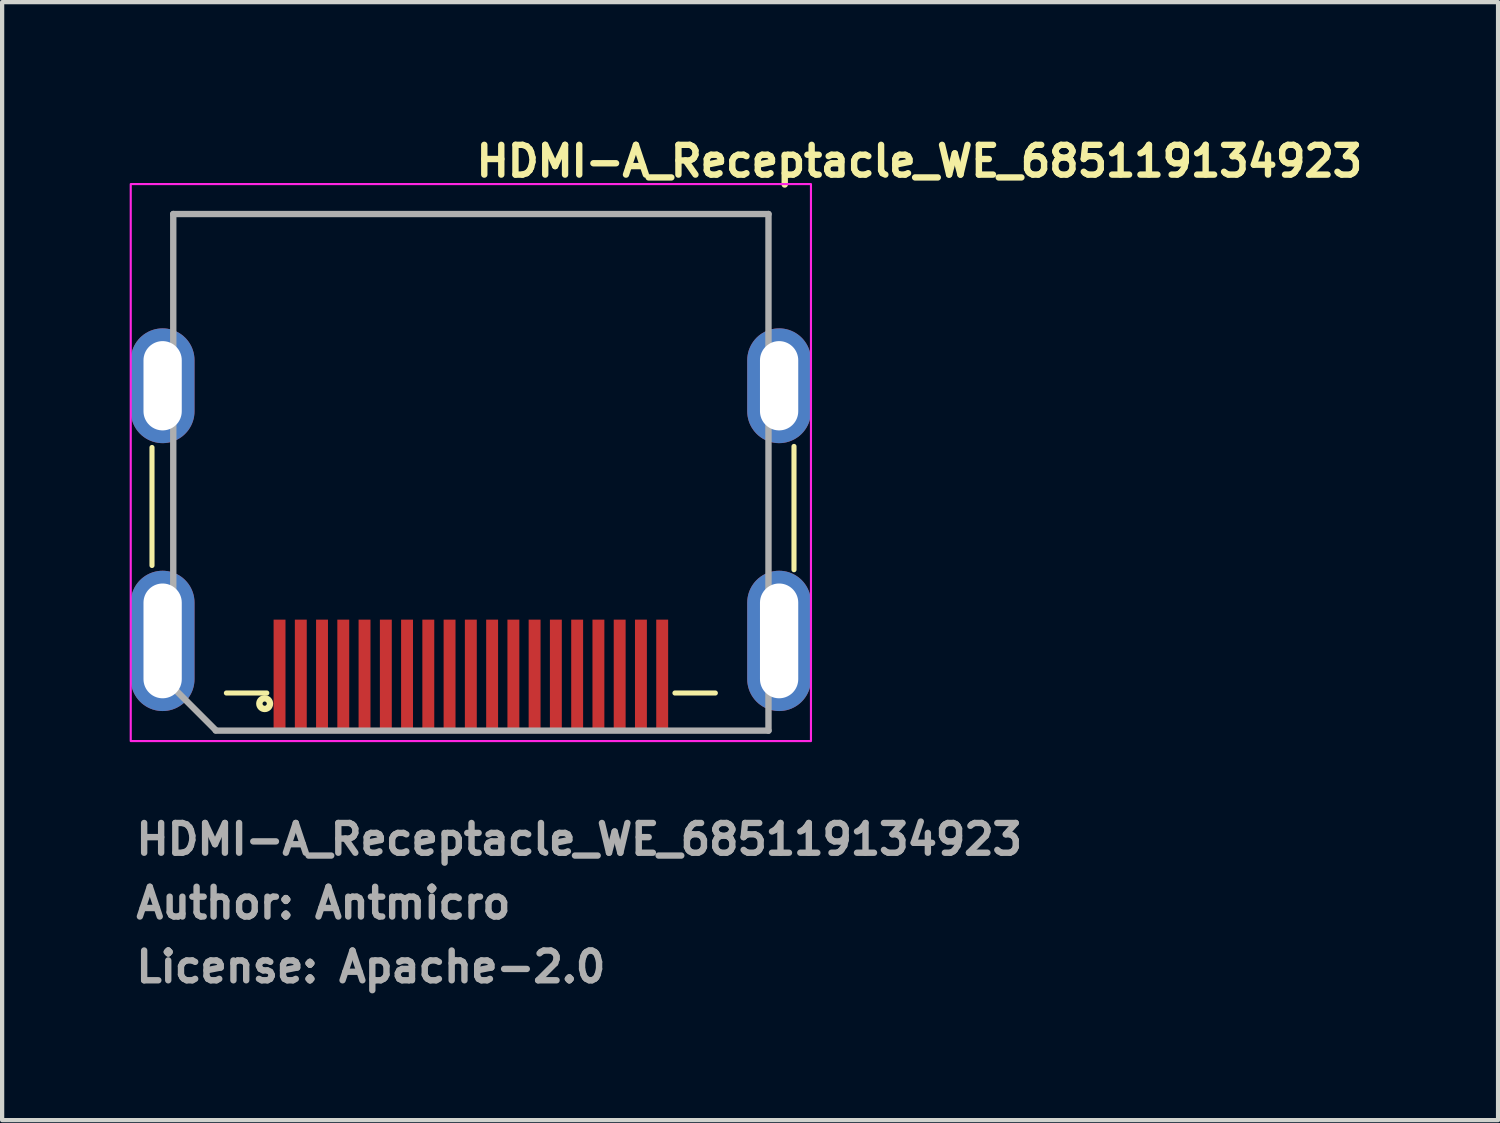
<source format=kicad_pcb>
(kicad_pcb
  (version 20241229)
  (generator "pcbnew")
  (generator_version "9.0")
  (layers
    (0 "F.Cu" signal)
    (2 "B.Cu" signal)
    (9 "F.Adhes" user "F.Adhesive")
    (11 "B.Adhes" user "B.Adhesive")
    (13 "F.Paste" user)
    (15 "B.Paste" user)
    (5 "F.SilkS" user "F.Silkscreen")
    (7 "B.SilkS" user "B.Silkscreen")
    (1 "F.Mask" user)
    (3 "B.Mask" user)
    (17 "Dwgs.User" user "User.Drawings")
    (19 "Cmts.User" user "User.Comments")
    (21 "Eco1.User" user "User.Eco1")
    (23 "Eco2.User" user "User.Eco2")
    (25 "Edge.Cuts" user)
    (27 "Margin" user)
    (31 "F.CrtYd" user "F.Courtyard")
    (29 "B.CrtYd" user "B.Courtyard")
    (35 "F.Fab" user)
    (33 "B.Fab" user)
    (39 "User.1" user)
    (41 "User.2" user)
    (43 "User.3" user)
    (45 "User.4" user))
  (footprint "HDMI-A_Receptacle_WE_685119134923"
    (layer "F.Cu")
    (at 8.075 7.6)
    (property "Reference" "HDMI-A_Receptacle_WE_685119134923" (at 0 -6.45 0) (layer "F.SilkS") (effects (font (size 0.7 0.7) (thickness 0.15)) (justify left bottom)))
    (attr smd)
    (fp_line (start -7.55 -0.125) (end -7.55 2.65) (stroke (width 0.12) (type solid)) (layer "F.SilkS"))
    (fp_line (start -4.85 5.65) (end -5.8 5.65) (stroke (width 0.12) (type solid)) (layer "F.SilkS"))
    (fp_line (start 5.7 5.65) (end 4.75 5.65) (stroke (width 0.12) (type solid)) (layer "F.SilkS"))
    (fp_line (start 7.55 2.75) (end 7.55 -0.15) (stroke (width 0.12) (type solid)) (layer "F.SilkS"))
    (fp_circle (center -4.9 5.9) (end -4.85 5.9) (stroke (width 0.15) (type solid)) (fill no) (layer "F.SilkS"))
    (fp_rect (start -8.05 -6.32) (end 7.949 6.78) (stroke (width 0.05) (type solid)) (fill no) (layer "F.CrtYd"))
    (fp_line (start -7.05 -5.616) (end 6.95 -5.616) (stroke (width 0.15) (type solid)) (layer "F.Fab"))
    (fp_line (start -7.05 5.525) (end -7.05 -5.616) (stroke (width 0.15) (type solid)) (layer "F.Fab"))
    (fp_line (start -7.05 5.525) (end -6.05 6.525) (stroke (width 0.15) (type solid)) (layer "F.Fab"))
    (fp_line (start 6.95 6.535) (end -6.05 6.535) (stroke (width 0.15) (type solid)) (layer "F.Fab"))
    (fp_line (start 6.95 6.535) (end 6.95 -5.616) (stroke (width 0.15) (type solid)) (layer "F.Fab"))
    (fp_rect (start -7.5 -6.077) (end 7.499 6.073) (stroke (width 0.1) (type solid)) (fill no) (layer "User.5"))
    (fp_line (start -7.5 -6.077) (end -7.351 -6.077) (stroke (width 0.02) (type solid)) (layer "User.9"))
    (fp_line (start -7.5 3.724) (end -7.5 -6.077) (stroke (width 0.02) (type solid)) (layer "User.9"))
    (fp_line (start -7.5 3.724) (end -7.5 4.325) (stroke (width 0.02) (type solid)) (layer "User.9"))
    (fp_line (start -7.5 3.724) (end -7.351 3.724) (stroke (width 0.02) (type solid)) (layer "User.9"))
    (fp_line (start -7.5 4.273) (end -7.5 4.325) (stroke (width 0.02) (type solid)) (layer "User.9"))
    (fp_line (start -7.5 4.325) (end -7.5 4.387) (stroke (width 0.02) (type solid)) (layer "User.9"))
    (fp_line (start -7.5 4.325) (end -7.5 4.411) (stroke (width 0.02) (type solid)) (layer "User.9"))
    (fp_line (start -7.5 4.387) (end -7.494 4.448) (stroke (width 0.02) (type solid)) (layer "User.9"))
    (fp_line (start -7.5 4.411) (end -7.5 4.411) (stroke (width 0.02) (type solid)) (layer "User.9"))
    (fp_line (start -7.5 4.411) (end -7.5 4.623) (stroke (width 0.02) (type solid)) (layer "User.9"))
    (fp_line (start -7.5 4.623) (end -7.5 5.224) (stroke (width 0.02) (type solid)) (layer "User.9"))
    (fp_line (start -7.5 5.437) (end -7.5 5.224) (stroke (width 0.02) (type solid)) (layer "User.9"))
    (fp_line (start -7.5 5.437) (end -7.5 5.437) (stroke (width 0.02) (type solid)) (layer "User.9"))
    (fp_line (start -7.5 5.525) (end -7.5 5.437) (stroke (width 0.02) (type solid)) (layer "User.9"))
    (fp_line (start -7.494 4.448) (end -7.484 4.511) (stroke (width 0.02) (type solid)) (layer "User.9"))
    (fp_line (start -7.484 4.511) (end -7.47 4.57) (stroke (width 0.02) (type solid)) (layer "User.9"))
    (fp_line (start -7.47 4.57) (end -7.454 4.629) (stroke (width 0.02) (type solid)) (layer "User.9"))
    (fp_line (start -7.454 4.629) (end -7.433 4.687) (stroke (width 0.02) (type solid)) (layer "User.9"))
    (fp_line (start -7.433 4.687) (end -7.409 4.743) (stroke (width 0.02) (type solid)) (layer "User.9"))
    (fp_line (start -7.409 4.743) (end -7.382 4.799) (stroke (width 0.02) (type solid)) (layer "User.9"))
    (fp_line (start -7.382 4.799) (end -7.351 4.852) (stroke (width 0.02) (type solid)) (layer "User.9"))
    (fp_line (start -7.351 -6.077) (end -7.351 -6.077) (stroke (width 0.02) (type solid)) (layer "User.9"))
    (fp_line (start -7.351 -6.077) (end -6.992 -6.077) (stroke (width 0.02) (type solid)) (layer "User.9"))
    (fp_line (start -7.351 3.724) (end -7.351 3.724) (stroke (width 0.02) (type solid)) (layer "User.9"))
    (fp_line (start -7.351 3.724) (end -7.351 4.623) (stroke (width 0.02) (type solid)) (layer "User.9"))
    (fp_line (start -7.351 3.724) (end -6.992 3.724) (stroke (width 0.02) (type solid)) (layer "User.9"))
    (fp_line (start -7.351 4.852) (end -7.316 4.903) (stroke (width 0.02) (type solid)) (layer "User.9"))
    (fp_line (start -7.316 4.903) (end -7.279 4.951) (stroke (width 0.02) (type solid)) (layer "User.9"))
    (fp_line (start -7.279 4.951) (end -7.239 4.998) (stroke (width 0.02) (type solid)) (layer "User.9"))
    (fp_line (start -7.239 4.998) (end -7.196 5.043) (stroke (width 0.02) (type solid)) (layer "User.9"))
    (fp_line (start -7.196 5.043) (end -7.151 5.084) (stroke (width 0.02) (type solid)) (layer "User.9"))
    (fp_line (start -7.151 5.084) (end -7.103 5.123) (stroke (width 0.02) (type solid)) (layer "User.9"))
    (fp_line (start -7.103 5.123) (end -7.052 5.16) (stroke (width 0.02) (type solid)) (layer "User.9"))
    (fp_line (start -7.05 3.724) (end -7.05 3.773) (stroke (width 0.02) (type solid)) (layer "User.9"))
    (fp_line (start -7.05 3.773) (end -7.05 5.275) (stroke (width 0.02) (type solid)) (layer "User.9"))
    (fp_line (start -7.05 3.773) (end -5.901 3.773) (stroke (width 0.02) (type solid)) (layer "User.9"))
    (fp_line (start -7.05 4.623) (end -7.351 4.623) (stroke (width 0.02) (type solid)) (layer "User.9"))
    (fp_line (start -7.05 5.275) (end -5.901 5.275) (stroke (width 0.02) (type solid)) (layer "User.9"))
    (fp_line (start -7 3.773) (end -7 3.724) (stroke (width 0.02) (type solid)) (layer "User.9"))
    (fp_line (start -7 5.277) (end -7 5.275) (stroke (width 0.02) (type solid)) (layer "User.9"))
    (fp_line (start -7 5.277) (end -7 5.525) (stroke (width 0.02) (type solid)) (layer "User.9"))
    (fp_line (start -7 5.277) (end -6.805 5.277) (stroke (width 0.02) (type solid)) (layer "User.9"))
    (fp_line (start -7 5.525) (end -7.5 5.525) (stroke (width 0.02) (type solid)) (layer "User.9"))
    (fp_line (start -7 6.073) (end -7 5.525) (stroke (width 0.02) (type solid)) (layer "User.9"))
    (fp_line (start -6.992 -6.077) (end 6.99 -6.077) (stroke (width 0.02) (type solid)) (layer "User.9"))
    (fp_line (start -6.813 5.275) (end -6.776 5.286) (stroke (width 0.02) (type solid)) (layer "User.9"))
    (fp_line (start -6.776 5.286) (end -6.736 5.296) (stroke (width 0.02) (type solid)) (layer "User.9"))
    (fp_line (start -6.736 5.296) (end -6.699 5.304) (stroke (width 0.02) (type solid)) (layer "User.9"))
    (fp_line (start -6.699 5.304) (end -6.659 5.312) (stroke (width 0.02) (type solid)) (layer "User.9"))
    (fp_line (start -6.659 5.312) (end -6.619 5.317) (stroke (width 0.02) (type solid)) (layer "User.9"))
    (fp_line (start -6.619 5.317) (end -6.58 5.32) (stroke (width 0.02) (type solid)) (layer "User.9"))
    (fp_line (start -6.58 5.32) (end -6.54 5.323) (stroke (width 0.02) (type solid)) (layer "User.9"))
    (fp_line (start -6.54 5.323) (end -6.5 5.323) (stroke (width 0.02) (type solid)) (layer "User.9"))
    (fp_line (start -6 5.323) (end -6.5 5.323) (stroke (width 0.02) (type solid)) (layer "User.9"))
    (fp_line (start -5.901 3.773) (end -5.901 5.275) (stroke (width 0.02) (type solid)) (layer "User.9"))
    (fp_line (start -5.901 5.525) (end -7 5.525) (stroke (width 0.02) (type solid)) (layer "User.9"))
    (fp_line (start -5.901 5.525) (end -5.901 5.323) (stroke (width 0.02) (type solid)) (layer "User.9"))
    (fp_line (start -5.901 6.073) (end -7 6.073) (stroke (width 0.02) (type solid)) (layer "User.9"))
    (fp_line (start -5.901 6.073) (end -5.901 5.525) (stroke (width 0.02) (type solid)) (layer "User.9"))
    (fp_line (start -5.789 5.323) (end -6 5.323) (stroke (width 0.02) (type solid)) (layer "User.9"))
    (fp_line (start -5.789 5.323) (end -5.789 5.323) (stroke (width 0.02) (type solid)) (layer "User.9"))
    (fp_line (start -5.765 3.724) (end -6.992 3.724) (stroke (width 0.02) (type solid)) (layer "User.9"))
    (fp_line (start -5.752 3.725) (end -5.765 3.724) (stroke (width 0.02) (type solid)) (layer "User.9"))
    (fp_line (start -5.736 3.725) (end -5.752 3.725) (stroke (width 0.02) (type solid)) (layer "User.9"))
    (fp_line (start -5.721 3.728) (end -5.736 3.725) (stroke (width 0.02) (type solid)) (layer "User.9"))
    (fp_line (start -5.707 3.729) (end -5.721 3.728) (stroke (width 0.02) (type solid)) (layer "User.9"))
    (fp_line (start -5.702 5.323) (end -5.789 5.323) (stroke (width 0.02) (type solid)) (layer "User.9"))
    (fp_line (start -5.702 5.323) (end -5.702 5.025) (stroke (width 0.02) (type solid)) (layer "User.9"))
    (fp_line (start -5.693 3.733) (end -5.707 3.729) (stroke (width 0.02) (type solid)) (layer "User.9"))
    (fp_line (start -5.678 3.737) (end -5.693 3.733) (stroke (width 0.02) (type solid)) (layer "User.9"))
    (fp_line (start -5.664 3.741) (end -5.678 3.737) (stroke (width 0.02) (type solid)) (layer "User.9"))
    (fp_line (start -5.651 3.746) (end -5.664 3.741) (stroke (width 0.02) (type solid)) (layer "User.9"))
    (fp_line (start -5.638 3.753) (end -5.651 3.746) (stroke (width 0.02) (type solid)) (layer "User.9"))
    (fp_line (start -5.625 3.76) (end -5.638 3.753) (stroke (width 0.02) (type solid)) (layer "User.9"))
    (fp_line (start -5.611 3.766) (end -5.625 3.76) (stroke (width 0.02) (type solid)) (layer "User.9"))
    (fp_line (start -5.6 3.774) (end -5.611 3.766) (stroke (width 0.02) (type solid)) (layer "User.9"))
    (fp_line (start -5.587 3.782) (end -5.6 3.774) (stroke (width 0.02) (type solid)) (layer "User.9"))
    (fp_line (start -5.576 3.792) (end -5.587 3.782) (stroke (width 0.02) (type solid)) (layer "User.9"))
    (fp_line (start -5.564 3.801) (end -5.576 3.792) (stroke (width 0.02) (type solid)) (layer "User.9"))
    (fp_line (start -5.553 3.812) (end -5.564 3.801) (stroke (width 0.02) (type solid)) (layer "User.9"))
    (fp_line (start -5.553 3.812) (end -5.553 3.812) (stroke (width 0.02) (type solid)) (layer "User.9"))
    (fp_line (start -5.544 3.822) (end -5.553 3.812) (stroke (width 0.02) (type solid)) (layer "User.9"))
    (fp_line (start -5.534 3.833) (end -5.544 3.822) (stroke (width 0.02) (type solid)) (layer "User.9"))
    (fp_line (start -5.524 3.846) (end -5.534 3.833) (stroke (width 0.02) (type solid)) (layer "User.9"))
    (fp_line (start -5.516 3.858) (end -5.524 3.846) (stroke (width 0.02) (type solid)) (layer "User.9"))
    (fp_line (start -5.508 3.87) (end -5.516 3.858) (stroke (width 0.02) (type solid)) (layer "User.9"))
    (fp_line (start -5.502 3.882) (end -5.508 3.87) (stroke (width 0.02) (type solid)) (layer "User.9"))
    (fp_line (start -5.494 3.895) (end -5.502 3.882) (stroke (width 0.02) (type solid)) (layer "User.9"))
    (fp_line (start -5.489 3.91) (end -5.494 3.895) (stroke (width 0.02) (type solid)) (layer "User.9"))
    (fp_line (start -5.484 3.922) (end -5.489 3.91) (stroke (width 0.02) (type solid)) (layer "User.9"))
    (fp_line (start -5.478 3.937) (end -5.484 3.922) (stroke (width 0.02) (type solid)) (layer "User.9"))
    (fp_line (start -5.476 3.95) (end -5.478 3.937) (stroke (width 0.02) (type solid)) (layer "User.9"))
    (fp_line (start -5.471 3.966) (end -5.476 3.95) (stroke (width 0.02) (type solid)) (layer "User.9"))
    (fp_line (start -5.47 3.979) (end -5.471 3.966) (stroke (width 0.02) (type solid)) (layer "User.9"))
    (fp_line (start -5.468 3.995) (end -5.47 3.979) (stroke (width 0.02) (type solid)) (layer "User.9"))
    (fp_line (start -5.467 4.009) (end -5.468 3.995) (stroke (width 0.02) (type solid)) (layer "User.9"))
    (fp_line (start -5.465 4.023) (end -5.467 4.009) (stroke (width 0.02) (type solid)) (layer "User.9"))
    (fp_line (start -5.465 4.523) (end -5.465 4.023) (stroke (width 0.02) (type solid)) (layer "User.9"))
    (fp_line (start -5.465 4.523) (end -5.465 4.855) (stroke (width 0.02) (type solid)) (layer "User.9"))
    (fp_line (start -5.465 4.855) (end -5.465 4.855) (stroke (width 0.02) (type solid)) (layer "User.9"))
    (fp_line (start -5.465 4.855) (end -5.465 5.057) (stroke (width 0.02) (type solid)) (layer "User.9"))
    (fp_line (start -5.465 5.025) (end -5.901 5.025) (stroke (width 0.02) (type solid)) (layer "User.9"))
    (fp_line (start -5.465 5.057) (end -5.465 5.057) (stroke (width 0.02) (type solid)) (layer "User.9"))
    (fp_line (start -5.465 5.057) (end -5.465 5.232) (stroke (width 0.02) (type solid)) (layer "User.9"))
    (fp_line (start -5.465 5.232) (end -5.465 5.232) (stroke (width 0.02) (type solid)) (layer "User.9"))
    (fp_line (start -5.465 5.232) (end -5.465 5.305) (stroke (width 0.02) (type solid)) (layer "User.9"))
    (fp_line (start -5.465 5.305) (end -5.465 5.305) (stroke (width 0.02) (type solid)) (layer "User.9"))
    (fp_line (start -5.465 5.305) (end -5.465 5.371) (stroke (width 0.02) (type solid)) (layer "User.9"))
    (fp_line (start -5.465 5.371) (end -5.465 5.371) (stroke (width 0.02) (type solid)) (layer "User.9"))
    (fp_line (start -5.465 5.371) (end -5.465 5.424) (stroke (width 0.02) (type solid)) (layer "User.9"))
    (fp_line (start -5.465 5.424) (end -5.465 5.424) (stroke (width 0.02) (type solid)) (layer "User.9"))
    (fp_line (start -5.465 5.424) (end -5.465 5.467) (stroke (width 0.02) (type solid)) (layer "User.9"))
    (fp_line (start -5.465 5.467) (end -5.465 5.467) (stroke (width 0.02) (type solid)) (layer "User.9"))
    (fp_line (start -5.465 5.467) (end -5.465 5.499) (stroke (width 0.02) (type solid)) (layer "User.9"))
    (fp_line (start -5.465 5.499) (end -5.465 5.499) (stroke (width 0.02) (type solid)) (layer "User.9"))
    (fp_line (start -5.465 5.499) (end -5.465 5.517) (stroke (width 0.02) (type solid)) (layer "User.9"))
    (fp_line (start -5.465 5.517) (end -5.465 5.517) (stroke (width 0.02) (type solid)) (layer "User.9"))
    (fp_line (start -5.465 5.517) (end -5.465 5.525) (stroke (width 0.02) (type solid)) (layer "User.9"))
    (fp_line (start -4.651 5.525) (end -4.651 5.823) (stroke (width 0.02) (type solid)) (layer "User.9"))
    (fp_line (start -4.651 5.823) (end -4.452 5.823) (stroke (width 0.02) (type solid)) (layer "User.9"))
    (fp_line (start -4.452 5.525) (end -4.452 5.823) (stroke (width 0.02) (type solid)) (layer "User.9"))
    (fp_line (start -4.151 5.525) (end -4.151 5.823) (stroke (width 0.02) (type solid)) (layer "User.9"))
    (fp_line (start -4.151 5.823) (end -3.951 5.823) (stroke (width 0.02) (type solid)) (layer "User.9"))
    (fp_line (start -3.951 5.525) (end -3.951 5.823) (stroke (width 0.02) (type solid)) (layer "User.9"))
    (fp_line (start -3.766 4.299) (end -3.766 4.325) (stroke (width 0.02) (type solid)) (layer "User.9"))
    (fp_line (start -3.766 4.523) (end -3.766 4.325) (stroke (width 0.02) (type solid)) (layer "User.9"))
    (fp_line (start -3.766 4.523) (end -3.766 5.195) (stroke (width 0.02) (type solid)) (layer "User.9"))
    (fp_line (start -3.766 5.014) (end -3.766 5.014) (stroke (width 0.02) (type solid)) (layer "User.9"))
    (fp_line (start -3.766 5.014) (end -3.766 5.015) (stroke (width 0.02) (type solid)) (layer "User.9"))
    (fp_line (start -3.766 5.015) (end -3.766 5.015) (stroke (width 0.02) (type solid)) (layer "User.9"))
    (fp_line (start -3.766 5.015) (end -3.766 5.017) (stroke (width 0.02) (type solid)) (layer "User.9"))
    (fp_line (start -3.766 5.017) (end -3.766 5.017) (stroke (width 0.02) (type solid)) (layer "User.9"))
    (fp_line (start -3.766 5.017) (end -3.766 5.017) (stroke (width 0.02) (type solid)) (layer "User.9"))
    (fp_line (start -3.766 5.017) (end -3.766 5.017) (stroke (width 0.02) (type solid)) (layer "User.9"))
    (fp_line (start -3.766 5.017) (end -3.766 5.019) (stroke (width 0.02) (type solid)) (layer "User.9"))
    (fp_line (start -3.766 5.019) (end -3.766 5.019) (stroke (width 0.02) (type solid)) (layer "User.9"))
    (fp_line (start -3.766 5.019) (end -3.766 5.02) (stroke (width 0.02) (type solid)) (layer "User.9"))
    (fp_line (start -3.766 5.02) (end -3.765 5.02) (stroke (width 0.02) (type solid)) (layer "User.9"))
    (fp_line (start -3.766 5.195) (end -3.766 5.195) (stroke (width 0.02) (type solid)) (layer "User.9"))
    (fp_line (start -3.766 5.195) (end -3.766 5.269) (stroke (width 0.02) (type solid)) (layer "User.9"))
    (fp_line (start -3.766 5.269) (end -3.766 5.269) (stroke (width 0.02) (type solid)) (layer "User.9"))
    (fp_line (start -3.766 5.269) (end -3.766 5.334) (stroke (width 0.02) (type solid)) (layer "User.9"))
    (fp_line (start -3.766 5.334) (end -3.766 5.334) (stroke (width 0.02) (type solid)) (layer "User.9"))
    (fp_line (start -3.766 5.334) (end -3.766 5.392) (stroke (width 0.02) (type solid)) (layer "User.9"))
    (fp_line (start -3.766 5.392) (end -3.766 5.392) (stroke (width 0.02) (type solid)) (layer "User.9"))
    (fp_line (start -3.766 5.392) (end -3.766 5.438) (stroke (width 0.02) (type solid)) (layer "User.9"))
    (fp_line (start -3.766 5.438) (end -3.766 5.438) (stroke (width 0.02) (type solid)) (layer "User.9"))
    (fp_line (start -3.766 5.438) (end -3.766 5.477) (stroke (width 0.02) (type solid)) (layer "User.9"))
    (fp_line (start -3.766 5.477) (end -3.766 5.477) (stroke (width 0.02) (type solid)) (layer "User.9"))
    (fp_line (start -3.766 5.477) (end -3.766 5.504) (stroke (width 0.02) (type solid)) (layer "User.9"))
    (fp_line (start -3.766 5.504) (end -3.766 5.504) (stroke (width 0.02) (type solid)) (layer "User.9"))
    (fp_line (start -3.766 5.504) (end -3.766 5.519) (stroke (width 0.02) (type solid)) (layer "User.9"))
    (fp_line (start -3.766 5.52) (end -3.766 5.519) (stroke (width 0.02) (type solid)) (layer "User.9"))
    (fp_line (start -3.766 5.52) (end -3.766 5.52) (stroke (width 0.02) (type solid)) (layer "User.9"))
    (fp_line (start -3.766 5.52) (end -3.766 5.52) (stroke (width 0.02) (type solid)) (layer "User.9"))
    (fp_line (start -3.766 5.52) (end -3.766 5.52) (stroke (width 0.02) (type solid)) (layer "User.9"))
    (fp_line (start -3.766 5.52) (end -3.766 5.52) (stroke (width 0.02) (type solid)) (layer "User.9"))
    (fp_line (start -3.766 5.52) (end -3.766 5.52) (stroke (width 0.02) (type solid)) (layer "User.9"))
    (fp_line (start -3.766 5.52) (end -3.766 5.52) (stroke (width 0.02) (type solid)) (layer "User.9"))
    (fp_line (start -3.766 5.522) (end -3.766 5.52) (stroke (width 0.02) (type solid)) (layer "User.9"))
    (fp_line (start -3.766 5.522) (end -3.766 5.522) (stroke (width 0.02) (type solid)) (layer "User.9"))
    (fp_line (start -3.766 5.522) (end -3.766 5.522) (stroke (width 0.02) (type solid)) (layer "User.9"))
    (fp_line (start -3.765 5.02) (end -3.765 5.02) (stroke (width 0.02) (type solid)) (layer "User.9"))
    (fp_line (start -3.765 5.02) (end -3.765 5.02) (stroke (width 0.02) (type solid)) (layer "User.9"))
    (fp_line (start -3.765 5.02) (end -3.765 5.02) (stroke (width 0.02) (type solid)) (layer "User.9"))
    (fp_line (start -3.765 5.02) (end -3.763 5.022) (stroke (width 0.02) (type solid)) (layer "User.9"))
    (fp_line (start -3.765 5.522) (end -3.766 5.522) (stroke (width 0.02) (type solid)) (layer "User.9"))
    (fp_line (start -3.765 5.522) (end -3.765 5.522) (stroke (width 0.02) (type solid)) (layer "User.9"))
    (fp_line (start -3.765 5.522) (end -3.765 5.522) (stroke (width 0.02) (type solid)) (layer "User.9"))
    (fp_line (start -3.763 4.275) (end -3.766 4.299) (stroke (width 0.02) (type solid)) (layer "User.9"))
    (fp_line (start -3.763 5.022) (end -3.763 5.022) (stroke (width 0.02) (type solid)) (layer "User.9"))
    (fp_line (start -3.763 5.022) (end -3.763 5.022) (stroke (width 0.02) (type solid)) (layer "User.9"))
    (fp_line (start -3.763 5.022) (end -3.762 5.022) (stroke (width 0.02) (type solid)) (layer "User.9"))
    (fp_line (start -3.763 5.522) (end -3.765 5.522) (stroke (width 0.02) (type solid)) (layer "User.9"))
    (fp_line (start -3.762 5.022) (end -3.762 5.022) (stroke (width 0.02) (type solid)) (layer "User.9"))
    (fp_line (start -3.762 5.022) (end -3.762 5.022) (stroke (width 0.02) (type solid)) (layer "User.9"))
    (fp_line (start -3.762 5.022) (end -3.762 5.022) (stroke (width 0.02) (type solid)) (layer "User.9"))
    (fp_line (start -3.762 5.022) (end -3.762 5.023) (stroke (width 0.02) (type solid)) (layer "User.9"))
    (fp_line (start -3.762 5.023) (end -3.761 5.023) (stroke (width 0.02) (type solid)) (layer "User.9"))
    (fp_line (start -3.762 5.523) (end -3.763 5.522) (stroke (width 0.02) (type solid)) (layer "User.9"))
    (fp_line (start -3.762 5.523) (end -3.762 5.523) (stroke (width 0.02) (type solid)) (layer "User.9"))
    (fp_line (start -3.762 5.523) (end -3.762 5.523) (stroke (width 0.02) (type solid)) (layer "User.9"))
    (fp_line (start -3.761 4.251) (end -3.763 4.275) (stroke (width 0.02) (type solid)) (layer "User.9"))
    (fp_line (start -3.761 5.023) (end -3.761 5.023) (stroke (width 0.02) (type solid)) (layer "User.9"))
    (fp_line (start -3.761 5.023) (end -3.759 5.023) (stroke (width 0.02) (type solid)) (layer "User.9"))
    (fp_line (start -3.761 5.523) (end -3.762 5.523) (stroke (width 0.02) (type solid)) (layer "User.9"))
    (fp_line (start -3.759 5.023) (end -3.759 5.023) (stroke (width 0.02) (type solid)) (layer "User.9"))
    (fp_line (start -3.759 5.023) (end -3.758 5.023) (stroke (width 0.02) (type solid)) (layer "User.9"))
    (fp_line (start -3.759 5.523) (end -3.761 5.523) (stroke (width 0.02) (type solid)) (layer "User.9"))
    (fp_line (start -3.758 5.023) (end -3.758 5.023) (stroke (width 0.02) (type solid)) (layer "User.9"))
    (fp_line (start -3.758 5.023) (end -3.758 5.023) (stroke (width 0.02) (type solid)) (layer "User.9"))
    (fp_line (start -3.758 5.023) (end -3.758 5.023) (stroke (width 0.02) (type solid)) (layer "User.9"))
    (fp_line (start -3.758 5.023) (end -3.757 5.023) (stroke (width 0.02) (type solid)) (layer "User.9"))
    (fp_line (start -3.758 5.523) (end -3.759 5.523) (stroke (width 0.02) (type solid)) (layer "User.9"))
    (fp_line (start -3.758 5.523) (end -3.758 5.523) (stroke (width 0.02) (type solid)) (layer "User.9"))
    (fp_line (start -3.757 4.225) (end -3.761 4.251) (stroke (width 0.02) (type solid)) (layer "User.9"))
    (fp_line (start -3.757 5.023) (end -3.755 5.025) (stroke (width 0.02) (type solid)) (layer "User.9"))
    (fp_line (start -3.755 5.525) (end -5.465 5.525) (stroke (width 0.02) (type solid)) (layer "User.9"))
    (fp_line (start -3.755 5.525) (end -3.758 5.523) (stroke (width 0.02) (type solid)) (layer "User.9"))
    (fp_line (start -3.755 5.525) (end -3.583 5.525) (stroke (width 0.02) (type solid)) (layer "User.9"))
    (fp_line (start -3.75 4.203) (end -3.757 4.225) (stroke (width 0.02) (type solid)) (layer "User.9"))
    (fp_line (start -3.745 4.179) (end -3.75 4.203) (stroke (width 0.02) (type solid)) (layer "User.9"))
    (fp_line (start -3.737 4.155) (end -3.745 4.179) (stroke (width 0.02) (type solid)) (layer "User.9"))
    (fp_line (start -3.727 4.132) (end -3.737 4.155) (stroke (width 0.02) (type solid)) (layer "User.9"))
    (fp_line (start -3.718 4.11) (end -3.727 4.132) (stroke (width 0.02) (type solid)) (layer "User.9"))
    (fp_line (start -3.708 4.089) (end -3.718 4.11) (stroke (width 0.02) (type solid)) (layer "User.9"))
    (fp_line (start -3.696 4.068) (end -3.708 4.089) (stroke (width 0.02) (type solid)) (layer "User.9"))
    (fp_line (start -3.681 4.046) (end -3.696 4.068) (stroke (width 0.02) (type solid)) (layer "User.9"))
    (fp_line (start -3.668 4.027) (end -3.681 4.046) (stroke (width 0.02) (type solid)) (layer "User.9"))
    (fp_line (start -3.653 4.007) (end -3.668 4.027) (stroke (width 0.02) (type solid)) (layer "User.9"))
    (fp_line (start -3.65 5.525) (end -3.65 5.823) (stroke (width 0.02) (type solid)) (layer "User.9"))
    (fp_line (start -3.65 5.823) (end -3.451 5.823) (stroke (width 0.02) (type solid)) (layer "User.9"))
    (fp_line (start -3.637 3.988) (end -3.653 4.007) (stroke (width 0.02) (type solid)) (layer "User.9"))
    (fp_line (start -3.62 3.971) (end -3.637 3.988) (stroke (width 0.02) (type solid)) (layer "User.9"))
    (fp_line (start -3.62 3.971) (end -3.62 3.971) (stroke (width 0.02) (type solid)) (layer "User.9"))
    (fp_line (start -3.601 3.954) (end -3.62 3.971) (stroke (width 0.02) (type solid)) (layer "User.9"))
    (fp_line (start -3.583 3.938) (end -3.601 3.954) (stroke (width 0.02) (type solid)) (layer "User.9"))
    (fp_line (start -3.583 5.525) (end -3.583 5.525) (stroke (width 0.02) (type solid)) (layer "User.9"))
    (fp_line (start -3.583 5.525) (end -3.266 5.525) (stroke (width 0.02) (type solid)) (layer "User.9"))
    (fp_line (start -3.564 3.922) (end -3.583 3.938) (stroke (width 0.02) (type solid)) (layer "User.9"))
    (fp_line (start -3.544 3.909) (end -3.564 3.922) (stroke (width 0.02) (type solid)) (layer "User.9"))
    (fp_line (start -3.523 3.894) (end -3.544 3.909) (stroke (width 0.02) (type solid)) (layer "User.9"))
    (fp_line (start -3.501 3.882) (end -3.523 3.894) (stroke (width 0.02) (type solid)) (layer "User.9"))
    (fp_line (start -3.48 3.871) (end -3.501 3.882) (stroke (width 0.02) (type solid)) (layer "User.9"))
    (fp_line (start -3.457 3.862) (end -3.48 3.871) (stroke (width 0.02) (type solid)) (layer "User.9"))
    (fp_line (start -3.451 5.525) (end -3.451 5.823) (stroke (width 0.02) (type solid)) (layer "User.9"))
    (fp_line (start -3.435 3.854) (end -3.457 3.862) (stroke (width 0.02) (type solid)) (layer "User.9"))
    (fp_line (start -3.411 3.846) (end -3.435 3.854) (stroke (width 0.02) (type solid)) (layer "User.9"))
    (fp_line (start -3.387 3.839) (end -3.411 3.846) (stroke (width 0.02) (type solid)) (layer "User.9"))
    (fp_line (start -3.364 3.833) (end -3.387 3.839) (stroke (width 0.02) (type solid)) (layer "User.9"))
    (fp_line (start -3.339 3.829) (end -3.364 3.833) (stroke (width 0.02) (type solid)) (layer "User.9"))
    (fp_line (start -3.315 3.826) (end -3.339 3.829) (stroke (width 0.02) (type solid)) (layer "User.9"))
    (fp_line (start -3.29 3.825) (end -3.315 3.826) (stroke (width 0.02) (type solid)) (layer "User.9"))
    (fp_line (start -3.266 3.824) (end -3.29 3.825) (stroke (width 0.02) (type solid)) (layer "User.9"))
    (fp_line (start -3.266 3.824) (end -1.266 3.824) (stroke (width 0.02) (type solid)) (layer "User.9"))
    (fp_line (start -3.15 5.525) (end -3.15 5.823) (stroke (width 0.02) (type solid)) (layer "User.9"))
    (fp_line (start -3.15 5.823) (end -2.951 5.823) (stroke (width 0.02) (type solid)) (layer "User.9"))
    (fp_line (start -2.951 5.525) (end -2.951 5.823) (stroke (width 0.02) (type solid)) (layer "User.9"))
    (fp_line (start -2.65 5.525) (end -2.65 5.823) (stroke (width 0.02) (type solid)) (layer "User.9"))
    (fp_line (start -2.65 5.823) (end -2.451 5.823) (stroke (width 0.02) (type solid)) (layer "User.9"))
    (fp_line (start -2.451 5.525) (end -2.451 5.823) (stroke (width 0.02) (type solid)) (layer "User.9"))
    (fp_line (start -2.15 5.525) (end -2.15 5.823) (stroke (width 0.02) (type solid)) (layer "User.9"))
    (fp_line (start -2.15 5.823) (end -1.95 5.823) (stroke (width 0.02) (type solid)) (layer "User.9"))
    (fp_line (start -1.95 5.525) (end -1.95 5.823) (stroke (width 0.02) (type solid)) (layer "User.9"))
    (fp_line (start -1.651 5.525) (end -1.651 5.823) (stroke (width 0.02) (type solid)) (layer "User.9"))
    (fp_line (start -1.651 5.823) (end -1.45 5.823) (stroke (width 0.02) (type solid)) (layer "User.9"))
    (fp_line (start -1.45 5.525) (end -1.45 5.823) (stroke (width 0.02) (type solid)) (layer "User.9"))
    (fp_line (start -1.266 5.525) (end -3.266 5.525) (stroke (width 0.02) (type solid)) (layer "User.9"))
    (fp_line (start -1.266 5.525) (end -0.95 5.525) (stroke (width 0.02) (type solid)) (layer "User.9"))
    (fp_line (start -1.242 3.825) (end -1.266 3.824) (stroke (width 0.02) (type solid)) (layer "User.9"))
    (fp_line (start -1.216 3.826) (end -1.242 3.825) (stroke (width 0.02) (type solid)) (layer "User.9"))
    (fp_line (start -1.192 3.829) (end -1.216 3.826) (stroke (width 0.02) (type solid)) (layer "User.9"))
    (fp_line (start -1.168 3.833) (end -1.192 3.829) (stroke (width 0.02) (type solid)) (layer "User.9"))
    (fp_line (start -1.151 5.525) (end -1.151 5.823) (stroke (width 0.02) (type solid)) (layer "User.9"))
    (fp_line (start -1.151 5.823) (end -0.951 5.823) (stroke (width 0.02) (type solid)) (layer "User.9"))
    (fp_line (start -1.145 3.839) (end -1.168 3.833) (stroke (width 0.02) (type solid)) (layer "User.9"))
    (fp_line (start -1.121 3.846) (end -1.145 3.839) (stroke (width 0.02) (type solid)) (layer "User.9"))
    (fp_line (start -1.097 3.854) (end -1.121 3.846) (stroke (width 0.02) (type solid)) (layer "User.9"))
    (fp_line (start -1.075 3.862) (end -1.097 3.854) (stroke (width 0.02) (type solid)) (layer "User.9"))
    (fp_line (start -1.053 3.871) (end -1.075 3.862) (stroke (width 0.02) (type solid)) (layer "User.9"))
    (fp_line (start -1.031 3.882) (end -1.053 3.871) (stroke (width 0.02) (type solid)) (layer "User.9"))
    (fp_line (start -1.01 3.894) (end -1.031 3.882) (stroke (width 0.02) (type solid)) (layer "User.9"))
    (fp_line (start -0.988 3.909) (end -1.01 3.894) (stroke (width 0.02) (type solid)) (layer "User.9"))
    (fp_line (start -0.968 3.922) (end -0.988 3.909) (stroke (width 0.02) (type solid)) (layer "User.9"))
    (fp_line (start -0.951 5.525) (end -0.951 5.823) (stroke (width 0.02) (type solid)) (layer "User.9"))
    (fp_line (start -0.95 3.938) (end -0.968 3.922) (stroke (width 0.02) (type solid)) (layer "User.9"))
    (fp_line (start -0.95 5.525) (end -0.95 5.525) (stroke (width 0.02) (type solid)) (layer "User.9"))
    (fp_line (start -0.95 5.525) (end -0.777 5.525) (stroke (width 0.02) (type solid)) (layer "User.9"))
    (fp_line (start -0.931 3.954) (end -0.95 3.938) (stroke (width 0.02) (type solid)) (layer "User.9"))
    (fp_line (start -0.913 3.971) (end -0.931 3.954) (stroke (width 0.02) (type solid)) (layer "User.9"))
    (fp_line (start -0.913 3.971) (end -0.913 3.971) (stroke (width 0.02) (type solid)) (layer "User.9"))
    (fp_line (start -0.895 3.988) (end -0.913 3.971) (stroke (width 0.02) (type solid)) (layer "User.9"))
    (fp_line (start -0.879 4.007) (end -0.895 3.988) (stroke (width 0.02) (type solid)) (layer "User.9"))
    (fp_line (start -0.864 4.027) (end -0.879 4.007) (stroke (width 0.02) (type solid)) (layer "User.9"))
    (fp_line (start -0.85 4.046) (end -0.864 4.027) (stroke (width 0.02) (type solid)) (layer "User.9"))
    (fp_line (start -0.836 4.068) (end -0.85 4.046) (stroke (width 0.02) (type solid)) (layer "User.9"))
    (fp_line (start -0.825 4.089) (end -0.836 4.068) (stroke (width 0.02) (type solid)) (layer "User.9"))
    (fp_line (start -0.814 4.11) (end -0.825 4.089) (stroke (width 0.02) (type solid)) (layer "User.9"))
    (fp_line (start -0.805 4.132) (end -0.814 4.11) (stroke (width 0.02) (type solid)) (layer "User.9"))
    (fp_line (start -0.796 4.155) (end -0.805 4.132) (stroke (width 0.02) (type solid)) (layer "User.9"))
    (fp_line (start -0.788 4.179) (end -0.796 4.155) (stroke (width 0.02) (type solid)) (layer "User.9"))
    (fp_line (start -0.782 4.203) (end -0.788 4.179) (stroke (width 0.02) (type solid)) (layer "User.9"))
    (fp_line (start -0.777 5.025) (end -3.755 5.025) (stroke (width 0.02) (type solid)) (layer "User.9"))
    (fp_line (start -0.777 5.025) (end -0.776 5.023) (stroke (width 0.02) (type solid)) (layer "User.9"))
    (fp_line (start -0.776 4.225) (end -0.782 4.203) (stroke (width 0.02) (type solid)) (layer "User.9"))
    (fp_line (start -0.776 5.023) (end -0.775 5.023) (stroke (width 0.02) (type solid)) (layer "User.9"))
    (fp_line (start -0.776 5.523) (end -0.777 5.525) (stroke (width 0.02) (type solid)) (layer "User.9"))
    (fp_line (start -0.775 5.023) (end -0.775 5.023) (stroke (width 0.02) (type solid)) (layer "User.9"))
    (fp_line (start -0.775 5.023) (end -0.774 5.023) (stroke (width 0.02) (type solid)) (layer "User.9"))
    (fp_line (start -0.775 5.523) (end -0.776 5.523) (stroke (width 0.02) (type solid)) (layer "User.9"))
    (fp_line (start -0.775 5.523) (end -0.775 5.523) (stroke (width 0.02) (type solid)) (layer "User.9"))
    (fp_line (start -0.774 5.023) (end -0.774 5.023) (stroke (width 0.02) (type solid)) (layer "User.9"))
    (fp_line (start -0.774 5.023) (end -0.773 5.023) (stroke (width 0.02) (type solid)) (layer "User.9"))
    (fp_line (start -0.774 5.523) (end -0.775 5.523) (stroke (width 0.02) (type solid)) (layer "User.9"))
    (fp_line (start -0.774 5.523) (end -0.774 5.523) (stroke (width 0.02) (type solid)) (layer "User.9"))
    (fp_line (start -0.773 5.023) (end -0.773 5.023) (stroke (width 0.02) (type solid)) (layer "User.9"))
    (fp_line (start -0.773 5.023) (end -0.772 5.023) (stroke (width 0.02) (type solid)) (layer "User.9"))
    (fp_line (start -0.773 5.523) (end -0.774 5.523) (stroke (width 0.02) (type solid)) (layer "User.9"))
    (fp_line (start -0.773 5.523) (end -0.773 5.523) (stroke (width 0.02) (type solid)) (layer "User.9"))
    (fp_line (start -0.772 4.251) (end -0.776 4.225) (stroke (width 0.02) (type solid)) (layer "User.9"))
    (fp_line (start -0.772 5.023) (end -0.772 5.023) (stroke (width 0.02) (type solid)) (layer "User.9"))
    (fp_line (start -0.772 5.023) (end -0.771 5.023) (stroke (width 0.02) (type solid)) (layer "User.9"))
    (fp_line (start -0.772 5.523) (end -0.773 5.523) (stroke (width 0.02) (type solid)) (layer "User.9"))
    (fp_line (start -0.772 5.523) (end -0.772 5.523) (stroke (width 0.02) (type solid)) (layer "User.9"))
    (fp_line (start -0.771 5.022) (end -0.77 5.022) (stroke (width 0.02) (type solid)) (layer "User.9"))
    (fp_line (start -0.771 5.023) (end -0.771 5.022) (stroke (width 0.02) (type solid)) (layer "User.9"))
    (fp_line (start -0.771 5.523) (end -0.772 5.523) (stroke (width 0.02) (type solid)) (layer "User.9"))
    (fp_line (start -0.771 5.523) (end -0.771 5.523) (stroke (width 0.02) (type solid)) (layer "User.9"))
    (fp_line (start -0.77 5.022) (end -0.77 5.022) (stroke (width 0.02) (type solid)) (layer "User.9"))
    (fp_line (start -0.77 5.022) (end -0.77 5.022) (stroke (width 0.02) (type solid)) (layer "User.9"))
    (fp_line (start -0.77 5.022) (end -0.768 5.022) (stroke (width 0.02) (type solid)) (layer "User.9"))
    (fp_line (start -0.77 5.523) (end -0.771 5.523) (stroke (width 0.02) (type solid)) (layer "User.9"))
    (fp_line (start -0.77 5.523) (end -0.77 5.523) (stroke (width 0.02) (type solid)) (layer "User.9"))
    (fp_line (start -0.77 5.523) (end -0.77 5.523) (stroke (width 0.02) (type solid)) (layer "User.9"))
    (fp_line (start -0.768 4.275) (end -0.772 4.251) (stroke (width 0.02) (type solid)) (layer "User.9"))
    (fp_line (start -0.768 5.022) (end -0.768 5.022) (stroke (width 0.02) (type solid)) (layer "User.9"))
    (fp_line (start -0.768 5.022) (end -0.768 5.022) (stroke (width 0.02) (type solid)) (layer "User.9"))
    (fp_line (start -0.768 5.022) (end -0.767 5.02) (stroke (width 0.02) (type solid)) (layer "User.9"))
    (fp_line (start -0.768 5.522) (end -0.77 5.523) (stroke (width 0.02) (type solid)) (layer "User.9"))
    (fp_line (start -0.768 5.522) (end -0.768 5.522) (stroke (width 0.02) (type solid)) (layer "User.9"))
    (fp_line (start -0.768 5.522) (end -0.768 5.522) (stroke (width 0.02) (type solid)) (layer "User.9"))
    (fp_line (start -0.767 5.02) (end -0.767 5.02) (stroke (width 0.02) (type solid)) (layer "User.9"))
    (fp_line (start -0.767 5.02) (end -0.767 5.02) (stroke (width 0.02) (type solid)) (layer "User.9"))
    (fp_line (start -0.767 5.02) (end -0.767 5.02) (stroke (width 0.02) (type solid)) (layer "User.9"))
    (fp_line (start -0.767 5.02) (end -0.766 5.02) (stroke (width 0.02) (type solid)) (layer "User.9"))
    (fp_line (start -0.767 5.522) (end -0.768 5.522) (stroke (width 0.02) (type solid)) (layer "User.9"))
    (fp_line (start -0.767 5.522) (end -0.767 5.522) (stroke (width 0.02) (type solid)) (layer "User.9"))
    (fp_line (start -0.767 5.522) (end -0.767 5.522) (stroke (width 0.02) (type solid)) (layer "User.9"))
    (fp_line (start -0.767 5.522) (end -0.767 5.522) (stroke (width 0.02) (type solid)) (layer "User.9"))
    (fp_line (start -0.766 4.299) (end -0.768 4.275) (stroke (width 0.02) (type solid)) (layer "User.9"))
    (fp_line (start -0.766 5.014) (end -0.765 5.014) (stroke (width 0.02) (type solid)) (layer "User.9"))
    (fp_line (start -0.766 5.015) (end -0.766 5.014) (stroke (width 0.02) (type solid)) (layer "User.9"))
    (fp_line (start -0.766 5.015) (end -0.766 5.015) (stroke (width 0.02) (type solid)) (layer "User.9"))
    (fp_line (start -0.766 5.017) (end -0.766 5.015) (stroke (width 0.02) (type solid)) (layer "User.9"))
    (fp_line (start -0.766 5.017) (end -0.766 5.017) (stroke (width 0.02) (type solid)) (layer "User.9"))
    (fp_line (start -0.766 5.017) (end -0.766 5.017) (stroke (width 0.02) (type solid)) (layer "User.9"))
    (fp_line (start -0.766 5.017) (end -0.766 5.017) (stroke (width 0.02) (type solid)) (layer "User.9"))
    (fp_line (start -0.766 5.019) (end -0.766 5.017) (stroke (width 0.02) (type solid)) (layer "User.9"))
    (fp_line (start -0.766 5.019) (end -0.766 5.019) (stroke (width 0.02) (type solid)) (layer "User.9"))
    (fp_line (start -0.766 5.02) (end -0.766 5.019) (stroke (width 0.02) (type solid)) (layer "User.9"))
    (fp_line (start -0.766 5.52) (end -0.766 5.52) (stroke (width 0.02) (type solid)) (layer "User.9"))
    (fp_line (start -0.766 5.52) (end -0.766 5.52) (stroke (width 0.02) (type solid)) (layer "User.9"))
    (fp_line (start -0.766 5.52) (end -0.766 5.52) (stroke (width 0.02) (type solid)) (layer "User.9"))
    (fp_line (start -0.766 5.52) (end -0.766 5.52) (stroke (width 0.02) (type solid)) (layer "User.9"))
    (fp_line (start -0.766 5.52) (end -0.766 5.52) (stroke (width 0.02) (type solid)) (layer "User.9"))
    (fp_line (start -0.766 5.52) (end -0.766 5.52) (stroke (width 0.02) (type solid)) (layer "User.9"))
    (fp_line (start -0.766 5.52) (end -0.766 5.522) (stroke (width 0.02) (type solid)) (layer "User.9"))
    (fp_line (start -0.766 5.522) (end -0.767 5.522) (stroke (width 0.02) (type solid)) (layer "User.9"))
    (fp_line (start -0.766 5.522) (end -0.766 5.522) (stroke (width 0.02) (type solid)) (layer "User.9"))
    (fp_line (start -0.766 5.522) (end -0.766 5.522) (stroke (width 0.02) (type solid)) (layer "User.9"))
    (fp_line (start -0.765 4.325) (end -0.766 4.299) (stroke (width 0.02) (type solid)) (layer "User.9"))
    (fp_line (start -0.765 4.325) (end -0.765 4.523) (stroke (width 0.02) (type solid)) (layer "User.9"))
    (fp_line (start -0.765 5.195) (end -0.765 4.523) (stroke (width 0.02) (type solid)) (layer "User.9"))
    (fp_line (start -0.765 5.195) (end -0.765 5.195) (stroke (width 0.02) (type solid)) (layer "User.9"))
    (fp_line (start -0.765 5.269) (end -0.765 5.195) (stroke (width 0.02) (type solid)) (layer "User.9"))
    (fp_line (start -0.765 5.269) (end -0.765 5.269) (stroke (width 0.02) (type solid)) (layer "User.9"))
    (fp_line (start -0.765 5.334) (end -0.765 5.269) (stroke (width 0.02) (type solid)) (layer "User.9"))
    (fp_line (start -0.765 5.334) (end -0.765 5.334) (stroke (width 0.02) (type solid)) (layer "User.9"))
    (fp_line (start -0.765 5.392) (end -0.765 5.334) (stroke (width 0.02) (type solid)) (layer "User.9"))
    (fp_line (start -0.765 5.392) (end -0.765 5.392) (stroke (width 0.02) (type solid)) (layer "User.9"))
    (fp_line (start -0.765 5.438) (end -0.765 5.392) (stroke (width 0.02) (type solid)) (layer "User.9"))
    (fp_line (start -0.765 5.438) (end -0.765 5.438) (stroke (width 0.02) (type solid)) (layer "User.9"))
    (fp_line (start -0.765 5.477) (end -0.765 5.438) (stroke (width 0.02) (type solid)) (layer "User.9"))
    (fp_line (start -0.765 5.477) (end -0.765 5.477) (stroke (width 0.02) (type solid)) (layer "User.9"))
    (fp_line (start -0.765 5.504) (end -0.765 5.477) (stroke (width 0.02) (type solid)) (layer "User.9"))
    (fp_line (start -0.765 5.504) (end -0.765 5.504) (stroke (width 0.02) (type solid)) (layer "User.9"))
    (fp_line (start -0.765 5.519) (end -0.766 5.52) (stroke (width 0.02) (type solid)) (layer "User.9"))
    (fp_line (start -0.765 5.519) (end -0.765 5.504) (stroke (width 0.02) (type solid)) (layer "User.9"))
    (fp_line (start -0.651 5.525) (end -0.651 5.823) (stroke (width 0.02) (type solid)) (layer "User.9"))
    (fp_line (start -0.651 5.823) (end -0.451 5.823) (stroke (width 0.02) (type solid)) (layer "User.9"))
    (fp_line (start -0.451 5.525) (end -0.451 5.823) (stroke (width 0.02) (type solid)) (layer "User.9"))
    (fp_line (start -0.15 5.525) (end -0.15 5.823) (stroke (width 0.02) (type solid)) (layer "User.9"))
    (fp_line (start -0.15 5.823) (end 0.05 5.823) (stroke (width 0.02) (type solid)) (layer "User.9"))
    (fp_line (start 0.05 5.525) (end 0.05 5.823) (stroke (width 0.02) (type solid)) (layer "User.9"))
    (fp_line (start 0.35 5.525) (end 0.35 5.823) (stroke (width 0.02) (type solid)) (layer "User.9"))
    (fp_line (start 0.35 5.823) (end 0.55 5.823) (stroke (width 0.02) (type solid)) (layer "User.9"))
    (fp_line (start 0.55 5.525) (end 0.55 5.823) (stroke (width 0.02) (type solid)) (layer "User.9"))
    (fp_line (start 0.764 4.299) (end 0.764 4.325) (stroke (width 0.02) (type solid)) (layer "User.9"))
    (fp_line (start 0.764 4.523) (end 0.764 4.325) (stroke (width 0.02) (type solid)) (layer "User.9"))
    (fp_line (start 0.764 4.523) (end 0.764 5.195) (stroke (width 0.02) (type solid)) (layer "User.9"))
    (fp_line (start 0.764 5.014) (end 0.764 5.014) (stroke (width 0.02) (type solid)) (layer "User.9"))
    (fp_line (start 0.764 5.014) (end 0.764 5.015) (stroke (width 0.02) (type solid)) (layer "User.9"))
    (fp_line (start 0.764 5.015) (end 0.764 5.015) (stroke (width 0.02) (type solid)) (layer "User.9"))
    (fp_line (start 0.764 5.015) (end 0.764 5.017) (stroke (width 0.02) (type solid)) (layer "User.9"))
    (fp_line (start 0.764 5.017) (end 0.764 5.017) (stroke (width 0.02) (type solid)) (layer "User.9"))
    (fp_line (start 0.764 5.017) (end 0.764 5.017) (stroke (width 0.02) (type solid)) (layer "User.9"))
    (fp_line (start 0.764 5.017) (end 0.764 5.017) (stroke (width 0.02) (type solid)) (layer "User.9"))
    (fp_line (start 0.764 5.017) (end 0.764 5.019) (stroke (width 0.02) (type solid)) (layer "User.9"))
    (fp_line (start 0.764 5.019) (end 0.764 5.019) (stroke (width 0.02) (type solid)) (layer "User.9"))
    (fp_line (start 0.764 5.019) (end 0.764 5.02) (stroke (width 0.02) (type solid)) (layer "User.9"))
    (fp_line (start 0.764 5.02) (end 0.765 5.02) (stroke (width 0.02) (type solid)) (layer "User.9"))
    (fp_line (start 0.764 5.195) (end 0.764 5.195) (stroke (width 0.02) (type solid)) (layer "User.9"))
    (fp_line (start 0.764 5.195) (end 0.764 5.269) (stroke (width 0.02) (type solid)) (layer "User.9"))
    (fp_line (start 0.764 5.269) (end 0.764 5.269) (stroke (width 0.02) (type solid)) (layer "User.9"))
    (fp_line (start 0.764 5.269) (end 0.764 5.334) (stroke (width 0.02) (type solid)) (layer "User.9"))
    (fp_line (start 0.764 5.334) (end 0.764 5.334) (stroke (width 0.02) (type solid)) (layer "User.9"))
    (fp_line (start 0.764 5.334) (end 0.764 5.392) (stroke (width 0.02) (type solid)) (layer "User.9"))
    (fp_line (start 0.764 5.392) (end 0.764 5.392) (stroke (width 0.02) (type solid)) (layer "User.9"))
    (fp_line (start 0.764 5.392) (end 0.764 5.438) (stroke (width 0.02) (type solid)) (layer "User.9"))
    (fp_line (start 0.764 5.438) (end 0.764 5.438) (stroke (width 0.02) (type solid)) (layer "User.9"))
    (fp_line (start 0.764 5.438) (end 0.764 5.477) (stroke (width 0.02) (type solid)) (layer "User.9"))
    (fp_line (start 0.764 5.477) (end 0.764 5.477) (stroke (width 0.02) (type solid)) (layer "User.9"))
    (fp_line (start 0.764 5.477) (end 0.764 5.504) (stroke (width 0.02) (type solid)) (layer "User.9"))
    (fp_line (start 0.764 5.504) (end 0.764 5.504) (stroke (width 0.02) (type solid)) (layer "User.9"))
    (fp_line (start 0.764 5.504) (end 0.764 5.519) (stroke (width 0.02) (type solid)) (layer "User.9"))
    (fp_line (start 0.764 5.52) (end 0.764 5.519) (stroke (width 0.02) (type solid)) (layer "User.9"))
    (fp_line (start 0.764 5.52) (end 0.764 5.52) (stroke (width 0.02) (type solid)) (layer "User.9"))
    (fp_line (start 0.764 5.52) (end 0.764 5.52) (stroke (width 0.02) (type solid)) (layer "User.9"))
    (fp_line (start 0.764 5.52) (end 0.764 5.52) (stroke (width 0.02) (type solid)) (layer "User.9"))
    (fp_line (start 0.764 5.52) (end 0.764 5.52) (stroke (width 0.02) (type solid)) (layer "User.9"))
    (fp_line (start 0.764 5.52) (end 0.764 5.52) (stroke (width 0.02) (type solid)) (layer "User.9"))
    (fp_line (start 0.764 5.52) (end 0.764 5.52) (stroke (width 0.02) (type solid)) (layer "User.9"))
    (fp_line (start 0.764 5.522) (end 0.764 5.52) (stroke (width 0.02) (type solid)) (layer "User.9"))
    (fp_line (start 0.764 5.522) (end 0.764 5.522) (stroke (width 0.02) (type solid)) (layer "User.9"))
    (fp_line (start 0.764 5.522) (end 0.764 5.522) (stroke (width 0.02) (type solid)) (layer "User.9"))
    (fp_line (start 0.765 5.02) (end 0.765 5.02) (stroke (width 0.02) (type solid)) (layer "User.9"))
    (fp_line (start 0.765 5.02) (end 0.765 5.02) (stroke (width 0.02) (type solid)) (layer "User.9"))
    (fp_line (start 0.765 5.02) (end 0.765 5.02) (stroke (width 0.02) (type solid)) (layer "User.9"))
    (fp_line (start 0.765 5.02) (end 0.766 5.022) (stroke (width 0.02) (type solid)) (layer "User.9"))
    (fp_line (start 0.765 5.522) (end 0.764 5.522) (stroke (width 0.02) (type solid)) (layer "User.9"))
    (fp_line (start 0.765 5.522) (end 0.765 5.522) (stroke (width 0.02) (type solid)) (layer "User.9"))
    (fp_line (start 0.765 5.522) (end 0.765 5.522) (stroke (width 0.02) (type solid)) (layer "User.9"))
    (fp_line (start 0.766 4.275) (end 0.764 4.299) (stroke (width 0.02) (type solid)) (layer "User.9"))
    (fp_line (start 0.766 5.022) (end 0.766 5.022) (stroke (width 0.02) (type solid)) (layer "User.9"))
    (fp_line (start 0.766 5.022) (end 0.766 5.022) (stroke (width 0.02) (type solid)) (layer "User.9"))
    (fp_line (start 0.766 5.022) (end 0.768 5.022) (stroke (width 0.02) (type solid)) (layer "User.9"))
    (fp_line (start 0.766 5.522) (end 0.765 5.522) (stroke (width 0.02) (type solid)) (layer "User.9"))
    (fp_line (start 0.768 5.022) (end 0.768 5.022) (stroke (width 0.02) (type solid)) (layer "User.9"))
    (fp_line (start 0.768 5.022) (end 0.768 5.022) (stroke (width 0.02) (type solid)) (layer "User.9"))
    (fp_line (start 0.768 5.022) (end 0.769 5.022) (stroke (width 0.02) (type solid)) (layer "User.9"))
    (fp_line (start 0.768 5.523) (end 0.766 5.522) (stroke (width 0.02) (type solid)) (layer "User.9"))
    (fp_line (start 0.768 5.523) (end 0.768 5.523) (stroke (width 0.02) (type solid)) (layer "User.9"))
    (fp_line (start 0.769 5.022) (end 0.769 5.023) (stroke (width 0.02) (type solid)) (layer "User.9"))
    (fp_line (start 0.769 5.023) (end 0.77 5.023) (stroke (width 0.02) (type solid)) (layer "User.9"))
    (fp_line (start 0.769 5.523) (end 0.768 5.523) (stroke (width 0.02) (type solid)) (layer "User.9"))
    (fp_line (start 0.77 4.251) (end 0.766 4.275) (stroke (width 0.02) (type solid)) (layer "User.9"))
    (fp_line (start 0.77 5.023) (end 0.77 5.023) (stroke (width 0.02) (type solid)) (layer "User.9"))
    (fp_line (start 0.77 5.023) (end 0.771 5.023) (stroke (width 0.02) (type solid)) (layer "User.9"))
    (fp_line (start 0.77 5.523) (end 0.769 5.523) (stroke (width 0.02) (type solid)) (layer "User.9"))
    (fp_line (start 0.771 5.023) (end 0.771 5.023) (stroke (width 0.02) (type solid)) (layer "User.9"))
    (fp_line (start 0.771 5.023) (end 0.772 5.023) (stroke (width 0.02) (type solid)) (layer "User.9"))
    (fp_line (start 0.771 5.523) (end 0.77 5.523) (stroke (width 0.02) (type solid)) (layer "User.9"))
    (fp_line (start 0.772 5.023) (end 0.772 5.023) (stroke (width 0.02) (type solid)) (layer "User.9"))
    (fp_line (start 0.772 5.023) (end 0.773 5.023) (stroke (width 0.02) (type solid)) (layer "User.9"))
    (fp_line (start 0.772 5.523) (end 0.771 5.523) (stroke (width 0.02) (type solid)) (layer "User.9"))
    (fp_line (start 0.773 5.023) (end 0.773 5.023) (stroke (width 0.02) (type solid)) (layer "User.9"))
    (fp_line (start 0.773 5.023) (end 0.774 5.023) (stroke (width 0.02) (type solid)) (layer "User.9"))
    (fp_line (start 0.773 5.523) (end 0.772 5.523) (stroke (width 0.02) (type solid)) (layer "User.9"))
    (fp_line (start 0.774 4.225) (end 0.77 4.251) (stroke (width 0.02) (type solid)) (layer "User.9"))
    (fp_line (start 0.774 5.023) (end 0.775 5.025) (stroke (width 0.02) (type solid)) (layer "User.9"))
    (fp_line (start 0.775 5.525) (end -0.777 5.525) (stroke (width 0.02) (type solid)) (layer "User.9"))
    (fp_line (start 0.775 5.525) (end 0.773 5.523) (stroke (width 0.02) (type solid)) (layer "User.9"))
    (fp_line (start 0.775 5.525) (end 0.948 5.525) (stroke (width 0.02) (type solid)) (layer "User.9"))
    (fp_line (start 0.78 4.203) (end 0.774 4.225) (stroke (width 0.02) (type solid)) (layer "User.9"))
    (fp_line (start 0.786 4.179) (end 0.78 4.203) (stroke (width 0.02) (type solid)) (layer "User.9"))
    (fp_line (start 0.794 4.155) (end 0.786 4.179) (stroke (width 0.02) (type solid)) (layer "User.9"))
    (fp_line (start 0.803 4.132) (end 0.794 4.155) (stroke (width 0.02) (type solid)) (layer "User.9"))
    (fp_line (start 0.812 4.11) (end 0.803 4.132) (stroke (width 0.02) (type solid)) (layer "User.9"))
    (fp_line (start 0.823 4.089) (end 0.812 4.11) (stroke (width 0.02) (type solid)) (layer "User.9"))
    (fp_line (start 0.834 4.068) (end 0.823 4.089) (stroke (width 0.02) (type solid)) (layer "User.9"))
    (fp_line (start 0.848 4.046) (end 0.834 4.068) (stroke (width 0.02) (type solid)) (layer "User.9"))
    (fp_line (start 0.849 5.525) (end 0.849 5.823) (stroke (width 0.02) (type solid)) (layer "User.9"))
    (fp_line (start 0.849 5.823) (end 1.05 5.823) (stroke (width 0.02) (type solid)) (layer "User.9"))
    (fp_line (start 0.862 4.027) (end 0.848 4.046) (stroke (width 0.02) (type solid)) (layer "User.9"))
    (fp_line (start 0.877 4.007) (end 0.862 4.027) (stroke (width 0.02) (type solid)) (layer "User.9"))
    (fp_line (start 0.893 3.988) (end 0.877 4.007) (stroke (width 0.02) (type solid)) (layer "User.9"))
    (fp_line (start 0.911 3.971) (end 0.893 3.988) (stroke (width 0.02) (type solid)) (layer "User.9"))
    (fp_line (start 0.911 3.971) (end 0.911 3.971) (stroke (width 0.02) (type solid)) (layer "User.9"))
    (fp_line (start 0.929 3.954) (end 0.911 3.971) (stroke (width 0.02) (type solid)) (layer "User.9"))
    (fp_line (start 0.948 3.938) (end 0.929 3.954) (stroke (width 0.02) (type solid)) (layer "User.9"))
    (fp_line (start 0.948 5.525) (end 0.948 5.525) (stroke (width 0.02) (type solid)) (layer "User.9"))
    (fp_line (start 0.948 5.525) (end 1.265 5.525) (stroke (width 0.02) (type solid)) (layer "User.9"))
    (fp_line (start 0.966 3.922) (end 0.948 3.938) (stroke (width 0.02) (type solid)) (layer "User.9"))
    (fp_line (start 0.986 3.909) (end 0.966 3.922) (stroke (width 0.02) (type solid)) (layer "User.9"))
    (fp_line (start 1.007 3.894) (end 0.986 3.909) (stroke (width 0.02) (type solid)) (layer "User.9"))
    (fp_line (start 1.028 3.882) (end 1.007 3.894) (stroke (width 0.02) (type solid)) (layer "User.9"))
    (fp_line (start 1.05 3.871) (end 1.028 3.882) (stroke (width 0.02) (type solid)) (layer "User.9"))
    (fp_line (start 1.05 5.525) (end 1.05 5.823) (stroke (width 0.02) (type solid)) (layer "User.9"))
    (fp_line (start 1.072 3.862) (end 1.05 3.871) (stroke (width 0.02) (type solid)) (layer "User.9"))
    (fp_line (start 1.096 3.854) (end 1.072 3.862) (stroke (width 0.02) (type solid)) (layer "User.9"))
    (fp_line (start 1.118 3.846) (end 1.096 3.854) (stroke (width 0.02) (type solid)) (layer "User.9"))
    (fp_line (start 1.142 3.839) (end 1.118 3.846) (stroke (width 0.02) (type solid)) (layer "User.9"))
    (fp_line (start 1.165 3.833) (end 1.142 3.839) (stroke (width 0.02) (type solid)) (layer "User.9"))
    (fp_line (start 1.191 3.829) (end 1.165 3.833) (stroke (width 0.02) (type solid)) (layer "User.9"))
    (fp_line (start 1.215 3.826) (end 1.191 3.829) (stroke (width 0.02) (type solid)) (layer "User.9"))
    (fp_line (start 1.239 3.825) (end 1.215 3.826) (stroke (width 0.02) (type solid)) (layer "User.9"))
    (fp_line (start 1.265 3.824) (end 1.239 3.825) (stroke (width 0.02) (type solid)) (layer "User.9"))
    (fp_line (start 1.265 3.824) (end 3.265 3.824) (stroke (width 0.02) (type solid)) (layer "User.9"))
    (fp_line (start 1.35 5.525) (end 1.35 5.823) (stroke (width 0.02) (type solid)) (layer "User.9"))
    (fp_line (start 1.35 5.823) (end 1.55 5.823) (stroke (width 0.02) (type solid)) (layer "User.9"))
    (fp_line (start 1.55 5.525) (end 1.55 5.823) (stroke (width 0.02) (type solid)) (layer "User.9"))
    (fp_line (start 1.85 5.525) (end 1.85 5.823) (stroke (width 0.02) (type solid)) (layer "User.9"))
    (fp_line (start 1.85 5.823) (end 2.049 5.823) (stroke (width 0.02) (type solid)) (layer "User.9"))
    (fp_line (start 2.049 5.525) (end 2.049 5.823) (stroke (width 0.02) (type solid)) (layer "User.9"))
    (fp_line (start 2.35 5.525) (end 2.35 5.823) (stroke (width 0.02) (type solid)) (layer "User.9"))
    (fp_line (start 2.35 5.823) (end 2.55 5.823) (stroke (width 0.02) (type solid)) (layer "User.9"))
    (fp_line (start 2.55 5.525) (end 2.55 5.823) (stroke (width 0.02) (type solid)) (layer "User.9"))
    (fp_line (start 2.85 5.525) (end 2.85 5.823) (stroke (width 0.02) (type solid)) (layer "User.9"))
    (fp_line (start 2.85 5.823) (end 3.05 5.823) (stroke (width 0.02) (type solid)) (layer "User.9"))
    (fp_line (start 3.05 5.525) (end 3.05 5.823) (stroke (width 0.02) (type solid)) (layer "User.9"))
    (fp_line (start 3.265 5.525) (end 1.265 5.525) (stroke (width 0.02) (type solid)) (layer "User.9"))
    (fp_line (start 3.265 5.525) (end 3.58 5.525) (stroke (width 0.02) (type solid)) (layer "User.9"))
    (fp_line (start 3.289 3.825) (end 3.265 3.824) (stroke (width 0.02) (type solid)) (layer "User.9"))
    (fp_line (start 3.313 3.826) (end 3.289 3.825) (stroke (width 0.02) (type solid)) (layer "User.9"))
    (fp_line (start 3.338 3.829) (end 3.313 3.826) (stroke (width 0.02) (type solid)) (layer "User.9"))
    (fp_line (start 3.35 5.525) (end 3.35 5.823) (stroke (width 0.02) (type solid)) (layer "User.9"))
    (fp_line (start 3.35 5.823) (end 3.55 5.823) (stroke (width 0.02) (type solid)) (layer "User.9"))
    (fp_line (start 3.362 3.833) (end 3.338 3.829) (stroke (width 0.02) (type solid)) (layer "User.9"))
    (fp_line (start 3.386 3.839) (end 3.362 3.833) (stroke (width 0.02) (type solid)) (layer "User.9"))
    (fp_line (start 3.41 3.846) (end 3.386 3.839) (stroke (width 0.02) (type solid)) (layer "User.9"))
    (fp_line (start 3.433 3.854) (end 3.41 3.846) (stroke (width 0.02) (type solid)) (layer "User.9"))
    (fp_line (start 3.455 3.862) (end 3.433 3.854) (stroke (width 0.02) (type solid)) (layer "User.9"))
    (fp_line (start 3.478 3.871) (end 3.455 3.862) (stroke (width 0.02) (type solid)) (layer "User.9"))
    (fp_line (start 3.499 3.882) (end 3.478 3.871) (stroke (width 0.02) (type solid)) (layer "User.9"))
    (fp_line (start 3.52 3.894) (end 3.499 3.882) (stroke (width 0.02) (type solid)) (layer "User.9"))
    (fp_line (start 3.542 3.909) (end 3.52 3.894) (stroke (width 0.02) (type solid)) (layer "User.9"))
    (fp_line (start 3.55 5.525) (end 3.55 5.823) (stroke (width 0.02) (type solid)) (layer "User.9"))
    (fp_line (start 3.562 3.922) (end 3.542 3.909) (stroke (width 0.02) (type solid)) (layer "User.9"))
    (fp_line (start 3.58 3.938) (end 3.562 3.922) (stroke (width 0.02) (type solid)) (layer "User.9"))
    (fp_line (start 3.58 5.525) (end 3.58 5.525) (stroke (width 0.02) (type solid)) (layer "User.9"))
    (fp_line (start 3.58 5.525) (end 3.753 5.525) (stroke (width 0.02) (type solid)) (layer "User.9"))
    (fp_line (start 3.6 3.954) (end 3.58 3.938) (stroke (width 0.02) (type solid)) (layer "User.9"))
    (fp_line (start 3.617 3.971) (end 3.6 3.954) (stroke (width 0.02) (type solid)) (layer "User.9"))
    (fp_line (start 3.617 3.971) (end 3.617 3.971) (stroke (width 0.02) (type solid)) (layer "User.9"))
    (fp_line (start 3.635 3.988) (end 3.617 3.971) (stroke (width 0.02) (type solid)) (layer "User.9"))
    (fp_line (start 3.651 4.007) (end 3.635 3.988) (stroke (width 0.02) (type solid)) (layer "User.9"))
    (fp_line (start 3.665 4.027) (end 3.651 4.007) (stroke (width 0.02) (type solid)) (layer "User.9"))
    (fp_line (start 3.68 4.046) (end 3.665 4.027) (stroke (width 0.02) (type solid)) (layer "User.9"))
    (fp_line (start 3.693 4.068) (end 3.68 4.046) (stroke (width 0.02) (type solid)) (layer "User.9"))
    (fp_line (start 3.705 4.089) (end 3.693 4.068) (stroke (width 0.02) (type solid)) (layer "User.9"))
    (fp_line (start 3.717 4.11) (end 3.705 4.089) (stroke (width 0.02) (type solid)) (layer "User.9"))
    (fp_line (start 3.725 4.132) (end 3.717 4.11) (stroke (width 0.02) (type solid)) (layer "User.9"))
    (fp_line (start 3.734 4.155) (end 3.725 4.132) (stroke (width 0.02) (type solid)) (layer "User.9"))
    (fp_line (start 3.742 4.179) (end 3.734 4.155) (stroke (width 0.02) (type solid)) (layer "User.9"))
    (fp_line (start 3.749 4.203) (end 3.742 4.179) (stroke (width 0.02) (type solid)) (layer "User.9"))
    (fp_line (start 3.753 5.025) (end 0.775 5.025) (stroke (width 0.02) (type solid)) (layer "User.9"))
    (fp_line (start 3.753 5.025) (end 3.754 5.023) (stroke (width 0.02) (type solid)) (layer "User.9"))
    (fp_line (start 3.754 4.225) (end 3.749 4.203) (stroke (width 0.02) (type solid)) (layer "User.9"))
    (fp_line (start 3.754 5.023) (end 3.756 5.023) (stroke (width 0.02) (type solid)) (layer "User.9"))
    (fp_line (start 3.754 5.523) (end 3.753 5.525) (stroke (width 0.02) (type solid)) (layer "User.9"))
    (fp_line (start 3.756 5.023) (end 3.756 5.023) (stroke (width 0.02) (type solid)) (layer "User.9"))
    (fp_line (start 3.756 5.023) (end 3.757 5.023) (stroke (width 0.02) (type solid)) (layer "User.9"))
    (fp_line (start 3.756 5.523) (end 3.754 5.523) (stroke (width 0.02) (type solid)) (layer "User.9"))
    (fp_line (start 3.756 5.523) (end 3.756 5.523) (stroke (width 0.02) (type solid)) (layer "User.9"))
    (fp_line (start 3.757 5.023) (end 3.757 5.023) (stroke (width 0.02) (type solid)) (layer "User.9"))
    (fp_line (start 3.757 5.023) (end 3.757 5.023) (stroke (width 0.02) (type solid)) (layer "User.9"))
    (fp_line (start 3.757 5.023) (end 3.757 5.023) (stroke (width 0.02) (type solid)) (layer "User.9"))
    (fp_line (start 3.757 5.023) (end 3.758 5.023) (stroke (width 0.02) (type solid)) (layer "User.9"))
    (fp_line (start 3.757 5.523) (end 3.756 5.523) (stroke (width 0.02) (type solid)) (layer "User.9"))
    (fp_line (start 3.757 5.523) (end 3.757 5.523) (stroke (width 0.02) (type solid)) (layer "User.9"))
    (fp_line (start 3.757 5.523) (end 3.757 5.523) (stroke (width 0.02) (type solid)) (layer "User.9"))
    (fp_line (start 3.757 5.523) (end 3.757 5.523) (stroke (width 0.02) (type solid)) (layer "User.9"))
    (fp_line (start 3.758 4.251) (end 3.754 4.225) (stroke (width 0.02) (type solid)) (layer "User.9"))
    (fp_line (start 3.758 5.023) (end 3.758 5.023) (stroke (width 0.02) (type solid)) (layer "User.9"))
    (fp_line (start 3.758 5.023) (end 3.76 5.023) (stroke (width 0.02) (type solid)) (layer "User.9"))
    (fp_line (start 3.758 5.523) (end 3.757 5.523) (stroke (width 0.02) (type solid)) (layer "User.9"))
    (fp_line (start 3.758 5.523) (end 3.758 5.523) (stroke (width 0.02) (type solid)) (layer "User.9"))
    (fp_line (start 3.76 5.022) (end 3.761 5.022) (stroke (width 0.02) (type solid)) (layer "User.9"))
    (fp_line (start 3.76 5.023) (end 3.76 5.022) (stroke (width 0.02) (type solid)) (layer "User.9"))
    (fp_line (start 3.76 5.523) (end 3.758 5.523) (stroke (width 0.02) (type solid)) (layer "User.9"))
    (fp_line (start 3.76 5.523) (end 3.76 5.523) (stroke (width 0.02) (type solid)) (layer "User.9"))
    (fp_line (start 3.761 4.275) (end 3.758 4.251) (stroke (width 0.02) (type solid)) (layer "User.9"))
    (fp_line (start 3.761 5.022) (end 3.761 5.022) (stroke (width 0.02) (type solid)) (layer "User.9"))
    (fp_line (start 3.761 5.022) (end 3.761 5.022) (stroke (width 0.02) (type solid)) (layer "User.9"))
    (fp_line (start 3.761 5.022) (end 3.761 5.022) (stroke (width 0.02) (type solid)) (layer "User.9"))
    (fp_line (start 3.761 5.022) (end 3.761 5.022) (stroke (width 0.02) (type solid)) (layer "User.9"))
    (fp_line (start 3.761 5.022) (end 3.761 5.022) (stroke (width 0.02) (type solid)) (layer "User.9"))
    (fp_line (start 3.761 5.022) (end 3.762 5.02) (stroke (width 0.02) (type solid)) (layer "User.9"))
    (fp_line (start 3.761 5.522) (end 3.761 5.522) (stroke (width 0.02) (type solid)) (layer "User.9"))
    (fp_line (start 3.761 5.522) (end 3.761 5.522) (stroke (width 0.02) (type solid)) (layer "User.9"))
    (fp_line (start 3.761 5.522) (end 3.761 5.523) (stroke (width 0.02) (type solid)) (layer "User.9"))
    (fp_line (start 3.761 5.523) (end 3.76 5.523) (stroke (width 0.02) (type solid)) (layer "User.9"))
    (fp_line (start 3.761 5.523) (end 3.761 5.523) (stroke (width 0.02) (type solid)) (layer "User.9"))
    (fp_line (start 3.761 5.523) (end 3.761 5.523) (stroke (width 0.02) (type solid)) (layer "User.9"))
    (fp_line (start 3.762 5.02) (end 3.762 5.02) (stroke (width 0.02) (type solid)) (layer "User.9"))
    (fp_line (start 3.762 5.02) (end 3.762 5.02) (stroke (width 0.02) (type solid)) (layer "User.9"))
    (fp_line (start 3.762 5.02) (end 3.762 5.02) (stroke (width 0.02) (type solid)) (layer "User.9"))
    (fp_line (start 3.762 5.02) (end 3.764 5.02) (stroke (width 0.02) (type solid)) (layer "User.9"))
    (fp_line (start 3.762 5.522) (end 3.761 5.522) (stroke (width 0.02) (type solid)) (layer "User.9"))
    (fp_line (start 3.762 5.522) (end 3.762 5.522) (stroke (width 0.02) (type solid)) (layer "User.9"))
    (fp_line (start 3.762 5.522) (end 3.762 5.522) (stroke (width 0.02) (type solid)) (layer "User.9"))
    (fp_line (start 3.762 5.522) (end 3.762 5.522) (stroke (width 0.02) (type solid)) (layer "User.9"))
    (fp_line (start 3.764 4.299) (end 3.761 4.275) (stroke (width 0.02) (type solid)) (layer "User.9"))
    (fp_line (start 3.764 5.014) (end 3.765 5.014) (stroke (width 0.02) (type solid)) (layer "User.9"))
    (fp_line (start 3.764 5.015) (end 3.764 5.014) (stroke (width 0.02) (type solid)) (layer "User.9"))
    (fp_line (start 3.764 5.015) (end 3.764 5.015) (stroke (width 0.02) (type solid)) (layer "User.9"))
    (fp_line (start 3.764 5.017) (end 3.764 5.015) (stroke (width 0.02) (type solid)) (layer "User.9"))
    (fp_line (start 3.764 5.017) (end 3.764 5.017) (stroke (width 0.02) (type solid)) (layer "User.9"))
    (fp_line (start 3.764 5.017) (end 3.764 5.017) (stroke (width 0.02) (type solid)) (layer "User.9"))
    (fp_line (start 3.764 5.017) (end 3.764 5.017) (stroke (width 0.02) (type solid)) (layer "User.9"))
    (fp_line (start 3.764 5.019) (end 3.764 5.017) (stroke (width 0.02) (type solid)) (layer "User.9"))
    (fp_line (start 3.764 5.019) (end 3.764 5.019) (stroke (width 0.02) (type solid)) (layer "User.9"))
    (fp_line (start 3.764 5.02) (end 3.764 5.019) (stroke (width 0.02) (type solid)) (layer "User.9"))
    (fp_line (start 3.764 5.52) (end 3.764 5.52) (stroke (width 0.02) (type solid)) (layer "User.9"))
    (fp_line (start 3.764 5.52) (end 3.764 5.52) (stroke (width 0.02) (type solid)) (layer "User.9"))
    (fp_line (start 3.764 5.52) (end 3.764 5.52) (stroke (width 0.02) (type solid)) (layer "User.9"))
    (fp_line (start 3.764 5.52) (end 3.764 5.52) (stroke (width 0.02) (type solid)) (layer "User.9"))
    (fp_line (start 3.764 5.52) (end 3.764 5.52) (stroke (width 0.02) (type solid)) (layer "User.9"))
    (fp_line (start 3.764 5.52) (end 3.764 5.52) (stroke (width 0.02) (type solid)) (layer "User.9"))
    (fp_line (start 3.764 5.52) (end 3.764 5.522) (stroke (width 0.02) (type solid)) (layer "User.9"))
    (fp_line (start 3.764 5.522) (end 3.762 5.522) (stroke (width 0.02) (type solid)) (layer "User.9"))
    (fp_line (start 3.764 5.522) (end 3.764 5.522) (stroke (width 0.02) (type solid)) (layer "User.9"))
    (fp_line (start 3.764 5.522) (end 3.764 5.522) (stroke (width 0.02) (type solid)) (layer "User.9"))
    (fp_line (start 3.765 4.325) (end 3.764 4.299) (stroke (width 0.02) (type solid)) (layer "User.9"))
    (fp_line (start 3.765 4.325) (end 3.765 4.523) (stroke (width 0.02) (type solid)) (layer "User.9"))
    (fp_line (start 3.765 5.195) (end 3.765 4.523) (stroke (width 0.02) (type solid)) (layer "User.9"))
    (fp_line (start 3.765 5.195) (end 3.765 5.195) (stroke (width 0.02) (type solid)) (layer "User.9"))
    (fp_line (start 3.765 5.269) (end 3.765 5.195) (stroke (width 0.02) (type solid)) (layer "User.9"))
    (fp_line (start 3.765 5.269) (end 3.765 5.269) (stroke (width 0.02) (type solid)) (layer "User.9"))
    (fp_line (start 3.765 5.334) (end 3.765 5.269) (stroke (width 0.02) (type solid)) (layer "User.9"))
    (fp_line (start 3.765 5.334) (end 3.765 5.334) (stroke (width 0.02) (type solid)) (layer "User.9"))
    (fp_line (start 3.765 5.392) (end 3.765 5.334) (stroke (width 0.02) (type solid)) (layer "User.9"))
    (fp_line (start 3.765 5.392) (end 3.765 5.392) (stroke (width 0.02) (type solid)) (layer "User.9"))
    (fp_line (start 3.765 5.438) (end 3.765 5.392) (stroke (width 0.02) (type solid)) (layer "User.9"))
    (fp_line (start 3.765 5.438) (end 3.765 5.438) (stroke (width 0.02) (type solid)) (layer "User.9"))
    (fp_line (start 3.765 5.477) (end 3.765 5.438) (stroke (width 0.02) (type solid)) (layer "User.9"))
    (fp_line (start 3.765 5.477) (end 3.765 5.477) (stroke (width 0.02) (type solid)) (layer "User.9"))
    (fp_line (start 3.765 5.504) (end 3.765 5.477) (stroke (width 0.02) (type solid)) (layer "User.9"))
    (fp_line (start 3.765 5.504) (end 3.765 5.504) (stroke (width 0.02) (type solid)) (layer "User.9"))
    (fp_line (start 3.765 5.519) (end 3.764 5.52) (stroke (width 0.02) (type solid)) (layer "User.9"))
    (fp_line (start 3.765 5.519) (end 3.765 5.504) (stroke (width 0.02) (type solid)) (layer "User.9"))
    (fp_line (start 3.85 5.525) (end 3.85 5.823) (stroke (width 0.02) (type solid)) (layer "User.9"))
    (fp_line (start 3.85 5.823) (end 4.049 5.823) (stroke (width 0.02) (type solid)) (layer "User.9"))
    (fp_line (start 4.049 5.525) (end 4.049 5.823) (stroke (width 0.02) (type solid)) (layer "User.9"))
    (fp_line (start 4.35 5.525) (end 4.35 5.823) (stroke (width 0.02) (type solid)) (layer "User.9"))
    (fp_line (start 4.35 5.823) (end 4.549 5.823) (stroke (width 0.02) (type solid)) (layer "User.9"))
    (fp_line (start 4.549 5.525) (end 4.549 5.823) (stroke (width 0.02) (type solid)) (layer "User.9"))
    (fp_line (start 5.464 4.009) (end 5.464 4.023) (stroke (width 0.02) (type solid)) (layer "User.9"))
    (fp_line (start 5.464 4.023) (end 5.464 4.523) (stroke (width 0.02) (type solid)) (layer "User.9"))
    (fp_line (start 5.464 4.958) (end 5.464 4.523) (stroke (width 0.02) (type solid)) (layer "User.9"))
    (fp_line (start 5.464 4.958) (end 5.464 4.958) (stroke (width 0.02) (type solid)) (layer "User.9"))
    (fp_line (start 5.464 5.147) (end 5.464 4.958) (stroke (width 0.02) (type solid)) (layer "User.9"))
    (fp_line (start 5.464 5.147) (end 5.464 5.147) (stroke (width 0.02) (type solid)) (layer "User.9"))
    (fp_line (start 5.464 5.232) (end 5.464 5.147) (stroke (width 0.02) (type solid)) (layer "User.9"))
    (fp_line (start 5.464 5.232) (end 5.464 5.232) (stroke (width 0.02) (type solid)) (layer "User.9"))
    (fp_line (start 5.464 5.305) (end 5.464 5.232) (stroke (width 0.02) (type solid)) (layer "User.9"))
    (fp_line (start 5.464 5.305) (end 5.464 5.305) (stroke (width 0.02) (type solid)) (layer "User.9"))
    (fp_line (start 5.464 5.371) (end 5.464 5.305) (stroke (width 0.02) (type solid)) (layer "User.9"))
    (fp_line (start 5.464 5.371) (end 5.464 5.371) (stroke (width 0.02) (type solid)) (layer "User.9"))
    (fp_line (start 5.464 5.424) (end 5.464 5.371) (stroke (width 0.02) (type solid)) (layer "User.9"))
    (fp_line (start 5.464 5.424) (end 5.464 5.424) (stroke (width 0.02) (type solid)) (layer "User.9"))
    (fp_line (start 5.464 5.467) (end 5.464 5.424) (stroke (width 0.02) (type solid)) (layer "User.9"))
    (fp_line (start 5.464 5.467) (end 5.464 5.467) (stroke (width 0.02) (type solid)) (layer "User.9"))
    (fp_line (start 5.464 5.499) (end 5.464 5.467) (stroke (width 0.02) (type solid)) (layer "User.9"))
    (fp_line (start 5.464 5.499) (end 5.464 5.499) (stroke (width 0.02) (type solid)) (layer "User.9"))
    (fp_line (start 5.464 5.517) (end 5.464 5.499) (stroke (width 0.02) (type solid)) (layer "User.9"))
    (fp_line (start 5.464 5.517) (end 5.464 5.517) (stroke (width 0.02) (type solid)) (layer "User.9"))
    (fp_line (start 5.464 5.525) (end 3.753 5.525) (stroke (width 0.02) (type solid)) (layer "User.9"))
    (fp_line (start 5.464 5.525) (end 5.464 5.517) (stroke (width 0.02) (type solid)) (layer "User.9"))
    (fp_line (start 5.466 3.995) (end 5.464 4.009) (stroke (width 0.02) (type solid)) (layer "User.9"))
    (fp_line (start 5.467 3.979) (end 5.466 3.995) (stroke (width 0.02) (type solid)) (layer "User.9"))
    (fp_line (start 5.469 3.966) (end 5.467 3.979) (stroke (width 0.02) (type solid)) (layer "User.9"))
    (fp_line (start 5.474 3.95) (end 5.469 3.966) (stroke (width 0.02) (type solid)) (layer "User.9"))
    (fp_line (start 5.477 3.937) (end 5.474 3.95) (stroke (width 0.02) (type solid)) (layer "User.9"))
    (fp_line (start 5.482 3.922) (end 5.477 3.937) (stroke (width 0.02) (type solid)) (layer "User.9"))
    (fp_line (start 5.486 3.91) (end 5.482 3.922) (stroke (width 0.02) (type solid)) (layer "User.9"))
    (fp_line (start 5.493 3.895) (end 5.486 3.91) (stroke (width 0.02) (type solid)) (layer "User.9"))
    (fp_line (start 5.499 3.882) (end 5.493 3.895) (stroke (width 0.02) (type solid)) (layer "User.9"))
    (fp_line (start 5.506 3.87) (end 5.499 3.882) (stroke (width 0.02) (type solid)) (layer "User.9"))
    (fp_line (start 5.514 3.858) (end 5.506 3.87) (stroke (width 0.02) (type solid)) (layer "User.9"))
    (fp_line (start 5.522 3.846) (end 5.514 3.858) (stroke (width 0.02) (type solid)) (layer "User.9"))
    (fp_line (start 5.531 3.833) (end 5.522 3.846) (stroke (width 0.02) (type solid)) (layer "User.9"))
    (fp_line (start 5.541 3.822) (end 5.531 3.833) (stroke (width 0.02) (type solid)) (layer "User.9"))
    (fp_line (start 5.552 3.812) (end 5.541 3.822) (stroke (width 0.02) (type solid)) (layer "User.9"))
    (fp_line (start 5.552 3.812) (end 5.552 3.812) (stroke (width 0.02) (type solid)) (layer "User.9"))
    (fp_line (start 5.562 3.801) (end 5.552 3.812) (stroke (width 0.02) (type solid)) (layer "User.9"))
    (fp_line (start 5.573 3.792) (end 5.562 3.801) (stroke (width 0.02) (type solid)) (layer "User.9"))
    (fp_line (start 5.586 3.782) (end 5.573 3.792) (stroke (width 0.02) (type solid)) (layer "User.9"))
    (fp_line (start 5.597 3.774) (end 5.586 3.782) (stroke (width 0.02) (type solid)) (layer "User.9"))
    (fp_line (start 5.61 3.766) (end 5.597 3.774) (stroke (width 0.02) (type solid)) (layer "User.9"))
    (fp_line (start 5.623 3.76) (end 5.61 3.766) (stroke (width 0.02) (type solid)) (layer "User.9"))
    (fp_line (start 5.636 3.753) (end 5.623 3.76) (stroke (width 0.02) (type solid)) (layer "User.9"))
    (fp_line (start 5.65 3.746) (end 5.636 3.753) (stroke (width 0.02) (type solid)) (layer "User.9"))
    (fp_line (start 5.663 3.741) (end 5.65 3.746) (stroke (width 0.02) (type solid)) (layer "User.9"))
    (fp_line (start 5.677 3.737) (end 5.663 3.741) (stroke (width 0.02) (type solid)) (layer "User.9"))
    (fp_line (start 5.69 3.733) (end 5.677 3.737) (stroke (width 0.02) (type solid)) (layer "User.9"))
    (fp_line (start 5.7 5.323) (end 5.7 5.025) (stroke (width 0.02) (type solid)) (layer "User.9"))
    (fp_line (start 5.706 3.729) (end 5.69 3.733) (stroke (width 0.02) (type solid)) (layer "User.9"))
    (fp_line (start 5.719 3.728) (end 5.706 3.729) (stroke (width 0.02) (type solid)) (layer "User.9"))
    (fp_line (start 5.735 3.725) (end 5.719 3.728) (stroke (width 0.02) (type solid)) (layer "User.9"))
    (fp_line (start 5.749 3.725) (end 5.735 3.725) (stroke (width 0.02) (type solid)) (layer "User.9"))
    (fp_line (start 5.764 3.724) (end 5.749 3.725) (stroke (width 0.02) (type solid)) (layer "User.9"))
    (fp_line (start 5.786 5.323) (end 5.7 5.323) (stroke (width 0.02) (type solid)) (layer "User.9"))
    (fp_line (start 5.786 5.323) (end 5.786 5.323) (stroke (width 0.02) (type solid)) (layer "User.9"))
    (fp_line (start 5.799 3.773) (end 5.799 5.275) (stroke (width 0.02) (type solid)) (layer "User.9"))
    (fp_line (start 5.799 3.773) (end 6.95 3.773) (stroke (width 0.02) (type solid)) (layer "User.9"))
    (fp_line (start 5.799 5.025) (end 5.464 5.025) (stroke (width 0.02) (type solid)) (layer "User.9"))
    (fp_line (start 5.799 5.275) (end 6.95 5.275) (stroke (width 0.02) (type solid)) (layer "User.9"))
    (fp_line (start 5.799 5.323) (end 5.799 5.525) (stroke (width 0.02) (type solid)) (layer "User.9"))
    (fp_line (start 5.799 6.073) (end 5.799 5.525) (stroke (width 0.02) (type solid)) (layer "User.9"))
    (fp_line (start 5.999 5.323) (end 5.786 5.323) (stroke (width 0.02) (type solid)) (layer "User.9"))
    (fp_line (start 6.499 5.323) (end 5.999 5.323) (stroke (width 0.02) (type solid)) (layer "User.9"))
    (fp_line (start 6.499 5.323) (end 6.538 5.323) (stroke (width 0.02) (type solid)) (layer "User.9"))
    (fp_line (start 6.538 5.323) (end 6.578 5.32) (stroke (width 0.02) (type solid)) (layer "User.9"))
    (fp_line (start 6.578 5.32) (end 6.618 5.317) (stroke (width 0.02) (type solid)) (layer "User.9"))
    (fp_line (start 6.618 5.317) (end 6.658 5.312) (stroke (width 0.02) (type solid)) (layer "User.9"))
    (fp_line (start 6.658 5.312) (end 6.696 5.304) (stroke (width 0.02) (type solid)) (layer "User.9"))
    (fp_line (start 6.696 5.304) (end 6.735 5.296) (stroke (width 0.02) (type solid)) (layer "User.9"))
    (fp_line (start 6.735 5.296) (end 6.773 5.286) (stroke (width 0.02) (type solid)) (layer "User.9"))
    (fp_line (start 6.773 5.286) (end 6.812 5.275) (stroke (width 0.02) (type solid)) (layer "User.9"))
    (fp_line (start 6.804 5.277) (end 6.9 5.277) (stroke (width 0.02) (type solid)) (layer "User.9"))
    (fp_line (start 6.9 3.773) (end 6.9 3.724) (stroke (width 0.02) (type solid)) (layer "User.9"))
    (fp_line (start 6.9 5.277) (end 6.9 5.275) (stroke (width 0.02) (type solid)) (layer "User.9"))
    (fp_line (start 6.9 5.525) (end 5.799 5.525) (stroke (width 0.02) (type solid)) (layer "User.9"))
    (fp_line (start 6.9 5.525) (end 6.9 5.277) (stroke (width 0.02) (type solid)) (layer "User.9"))
    (fp_line (start 6.9 6.073) (end 5.799 6.073) (stroke (width 0.02) (type solid)) (layer "User.9"))
    (fp_line (start 6.9 6.073) (end 6.9 5.525) (stroke (width 0.02) (type solid)) (layer "User.9"))
    (fp_line (start 6.95 3.724) (end 6.95 3.773) (stroke (width 0.02) (type solid)) (layer "User.9"))
    (fp_line (start 6.95 3.773) (end 6.95 5.275) (stroke (width 0.02) (type solid)) (layer "User.9"))
    (fp_line (start 6.95 5.217) (end 6.98 5.201) (stroke (width 0.02) (type solid)) (layer "User.9"))
    (fp_line (start 6.98 5.201) (end 7.01 5.184) (stroke (width 0.02) (type solid)) (layer "User.9"))
    (fp_line (start 6.99 -6.077) (end 7.35 -6.077) (stroke (width 0.02) (type solid)) (layer "User.9"))
    (fp_line (start 6.99 3.724) (end 5.764 3.724) (stroke (width 0.02) (type solid)) (layer "User.9"))
    (fp_line (start 6.99 3.724) (end 7.35 3.724) (stroke (width 0.02) (type solid)) (layer "User.9"))
    (fp_line (start 6.999 5.224) (end 6.999 5.19) (stroke (width 0.02) (type solid)) (layer "User.9"))
    (fp_line (start 6.999 5.224) (end 6.999 5.437) (stroke (width 0.02) (type solid)) (layer "User.9"))
    (fp_line (start 6.999 5.437) (end 6.999 5.437) (stroke (width 0.02) (type solid)) (layer "User.9"))
    (fp_line (start 6.999 5.437) (end 6.999 5.525) (stroke (width 0.02) (type solid)) (layer "User.9"))
    (fp_line (start 6.999 5.525) (end 7.499 5.525) (stroke (width 0.02) (type solid)) (layer "User.9"))
    (fp_line (start 7.01 5.184) (end 7.041 5.164) (stroke (width 0.02) (type solid)) (layer "User.9"))
    (fp_line (start 7.041 5.164) (end 7.07 5.145) (stroke (width 0.02) (type solid)) (layer "User.9"))
    (fp_line (start 7.07 5.145) (end 7.097 5.126) (stroke (width 0.02) (type solid)) (layer "User.9"))
    (fp_line (start 7.097 5.126) (end 7.124 5.103) (stroke (width 0.02) (type solid)) (layer "User.9"))
    (fp_line (start 7.124 5.103) (end 7.151 5.081) (stroke (width 0.02) (type solid)) (layer "User.9"))
    (fp_line (start 7.151 5.081) (end 7.177 5.059) (stroke (width 0.02) (type solid)) (layer "User.9"))
    (fp_line (start 7.177 5.059) (end 7.203 5.036) (stroke (width 0.02) (type solid)) (layer "User.9"))
    (fp_line (start 7.203 5.036) (end 7.227 5.011) (stroke (width 0.02) (type solid)) (layer "User.9"))
    (fp_line (start 7.227 5.011) (end 7.249 4.985) (stroke (width 0.02) (type solid)) (layer "User.9"))
    (fp_line (start 7.249 3.724) (end 7.249 4.623) (stroke (width 0.02) (type solid)) (layer "User.9"))
    (fp_line (start 7.249 4.623) (end 6.95 4.623) (stroke (width 0.02) (type solid)) (layer "User.9"))
    (fp_line (start 7.249 4.985) (end 7.272 4.959) (stroke (width 0.02) (type solid)) (layer "User.9"))
    (fp_line (start 7.272 4.959) (end 7.292 4.932) (stroke (width 0.02) (type solid)) (layer "User.9"))
    (fp_line (start 7.292 4.932) (end 7.312 4.905) (stroke (width 0.02) (type solid)) (layer "User.9"))
    (fp_line (start 7.312 4.905) (end 7.333 4.878) (stroke (width 0.02) (type solid)) (layer "User.9"))
    (fp_line (start 7.333 4.878) (end 7.35 4.849) (stroke (width 0.02) (type solid)) (layer "User.9"))
    (fp_line (start 7.35 -6.077) (end 7.35 -6.077) (stroke (width 0.02) (type solid)) (layer "User.9"))
    (fp_line (start 7.35 -6.077) (end 7.499 -6.077) (stroke (width 0.02) (type solid)) (layer "User.9"))
    (fp_line (start 7.35 3.724) (end 7.35 3.724) (stroke (width 0.02) (type solid)) (layer "User.9"))
    (fp_line (start 7.35 3.724) (end 7.499 3.724) (stroke (width 0.02) (type solid)) (layer "User.9"))
    (fp_line (start 7.35 4.849) (end 7.368 4.82) (stroke (width 0.02) (type solid)) (layer "User.9"))
    (fp_line (start 7.368 4.82) (end 7.384 4.789) (stroke (width 0.02) (type solid)) (layer "User.9"))
    (fp_line (start 7.384 4.789) (end 7.4 4.759) (stroke (width 0.02) (type solid)) (layer "User.9"))
    (fp_line (start 7.4 4.759) (end 7.414 4.727) (stroke (width 0.02) (type solid)) (layer "User.9"))
    (fp_line (start 7.414 4.727) (end 7.427 4.696) (stroke (width 0.02) (type solid)) (layer "User.9"))
    (fp_line (start 7.427 4.696) (end 7.44 4.664) (stroke (width 0.02) (type solid)) (layer "User.9"))
    (fp_line (start 7.44 4.664) (end 7.451 4.631) (stroke (width 0.02) (type solid)) (layer "User.9"))
    (fp_line (start 7.451 4.631) (end 7.461 4.599) (stroke (width 0.02) (type solid)) (layer "User.9"))
    (fp_line (start 7.461 4.599) (end 7.469 4.565) (stroke (width 0.02) (type solid)) (layer "User.9"))
    (fp_line (start 7.469 4.565) (end 7.477 4.533) (stroke (width 0.02) (type solid)) (layer "User.9"))
    (fp_line (start 7.477 4.533) (end 7.483 4.498) (stroke (width 0.02) (type solid)) (layer "User.9"))
    (fp_line (start 7.483 4.498) (end 7.49 4.464) (stroke (width 0.02) (type solid)) (layer "User.9"))
    (fp_line (start 7.49 4.464) (end 7.493 4.429) (stroke (width 0.02) (type solid)) (layer "User.9"))
    (fp_line (start 7.493 4.429) (end 7.496 4.395) (stroke (width 0.02) (type solid)) (layer "User.9"))
    (fp_line (start 7.496 4.395) (end 7.499 4.36) (stroke (width 0.02) (type solid)) (layer "User.9"))
    (fp_line (start 7.499 3.724) (end 7.499 -6.077) (stroke (width 0.02) (type solid)) (layer "User.9"))
    (fp_line (start 7.499 4.273) (end 7.499 4.325) (stroke (width 0.02) (type solid)) (layer "User.9"))
    (fp_line (start 7.499 4.325) (end 7.499 3.724) (stroke (width 0.02) (type solid)) (layer "User.9"))
    (fp_line (start 7.499 4.325) (end 7.499 4.273) (stroke (width 0.02) (type solid)) (layer "User.9"))
    (fp_line (start 7.499 4.36) (end 7.499 4.325) (stroke (width 0.02) (type solid)) (layer "User.9"))
    (fp_line (start 7.499 4.411) (end 7.499 4.325) (stroke (width 0.02) (type solid)) (layer "User.9"))
    (fp_line (start 7.499 4.411) (end 7.499 4.411) (stroke (width 0.02) (type solid)) (layer "User.9"))
    (fp_line (start 7.499 4.623) (end 7.499 4.411) (stroke (width 0.02) (type solid)) (layer "User.9"))
    (fp_line (start 7.499 5.224) (end 7.499 4.623) (stroke (width 0.02) (type solid)) (layer "User.9"))
    (fp_line (start 7.499 5.224) (end 7.499 5.437) (stroke (width 0.02) (type solid)) (layer "User.9"))
    (fp_line (start 7.499 5.437) (end 7.499 5.437) (stroke (width 0.02) (type solid)) (layer "User.9"))
    (fp_line (start 7.499 5.437) (end 7.499 5.525) (stroke (width 0.02) (type solid)) (layer "User.9"))
    (fp_text user "Author: Antmicro" (at -8 11 0) (layer "F.Fab") (effects (font (size 0.7 0.7) (thickness 0.15)) (justify left bottom)))
    (fp_text user "License: Apache-2.0" (at -8 12.5 0) (layer "F.Fab") (effects (font (size 0.7 0.7) (thickness 0.15)) (justify left bottom)))
    (fp_text user "${REFERENCE}" (at -8 9.5 0) (layer "F.Fab") (effects (font (size 0.7 0.7) (thickness 0.15)) (justify left bottom)))
    (pad "1" smd rect (at -4.55 5.224) (size 0.28 2.6) (layers "F.Cu" "F.Mask" "F.Paste"))
    (pad "2" smd rect (at -4.05 5.224) (size 0.28 2.6) (layers "F.Cu" "F.Mask" "F.Paste"))
    (pad "3" smd rect (at -3.551 5.224) (size 0.28 2.6) (layers "F.Cu" "F.Mask" "F.Paste"))
    (pad "4" smd rect (at -3.051 5.224) (size 0.28 2.6) (layers "F.Cu" "F.Mask" "F.Paste"))
    (pad "5" smd rect (at -2.551 5.224) (size 0.28 2.6) (layers "F.Cu" "F.Mask" "F.Paste"))
    (pad "6" smd rect (at -2.05 5.224) (size 0.28 2.6) (layers "F.Cu" "F.Mask" "F.Paste"))
    (pad "7" smd rect (at -1.551 5.224) (size 0.28 2.6) (layers "F.Cu" "F.Mask" "F.Paste"))
    (pad "8" smd rect (at -1.051 5.224) (size 0.28 2.6) (layers "F.Cu" "F.Mask" "F.Paste"))
    (pad "9" smd rect (at -0.551 5.224) (size 0.28 2.6) (layers "F.Cu" "F.Mask" "F.Paste"))
    (pad "10" smd rect (at -0.051 5.224) (size 0.28 2.6) (layers "F.Cu" "F.Mask" "F.Paste"))
    (pad "11" smd rect (at 0.45 5.224) (size 0.28 2.6) (layers "F.Cu" "F.Mask" "F.Paste"))
    (pad "12" smd rect (at 0.95 5.224) (size 0.28 2.6) (layers "F.Cu" "F.Mask" "F.Paste"))
    (pad "13" smd rect (at 1.449 5.224) (size 0.28 2.6) (layers "F.Cu" "F.Mask" "F.Paste"))
    (pad "14" smd rect (at 1.949 5.224) (size 0.28 2.6) (layers "F.Cu" "F.Mask" "F.Paste"))
    (pad "15" smd rect (at 2.45 5.224) (size 0.28 2.6) (layers "F.Cu" "F.Mask" "F.Paste"))
    (pad "16" smd rect (at 2.95 5.224) (size 0.28 2.6) (layers "F.Cu" "F.Mask" "F.Paste"))
    (pad "17" smd rect (at 3.45 5.224) (size 0.28 2.6) (layers "F.Cu" "F.Mask" "F.Paste"))
    (pad "18" smd rect (at 3.95 5.224) (size 0.28 2.6) (layers "F.Cu" "F.Mask" "F.Paste"))
    (pad "19" smd rect (at 4.45 5.224) (size 0.28 2.6) (layers "F.Cu" "F.Mask" "F.Paste"))
    (pad "SH" thru_hole oval (at -7.3 -1.577) (size 1.5 2.7) (drill oval 0.9 2.1) (layers "*.Cu" "*.Mask"))
    (pad "SH" thru_hole oval (at -7.3 4.424) (size 1.5 3.3) (drill oval 0.9 2.7) (layers "*.Cu" "*.Mask"))
    (pad "SH" thru_hole oval (at 7.2 -1.577) (size 1.5 2.7) (drill oval 0.9 2.1) (layers "*.Cu" "*.Mask"))
    (pad "SH" thru_hole oval (at 7.2 4.424) (size 1.5 3.3) (drill oval 0.9 2.7) (layers "*.Cu" "*.Mask")))
  (gr_rect
    (start -3 -3)
    (end 32.185 23.296)
    (stroke (width 0.1) (type default))
    (fill no)
    (layer "Edge.Cuts")))
</source>
